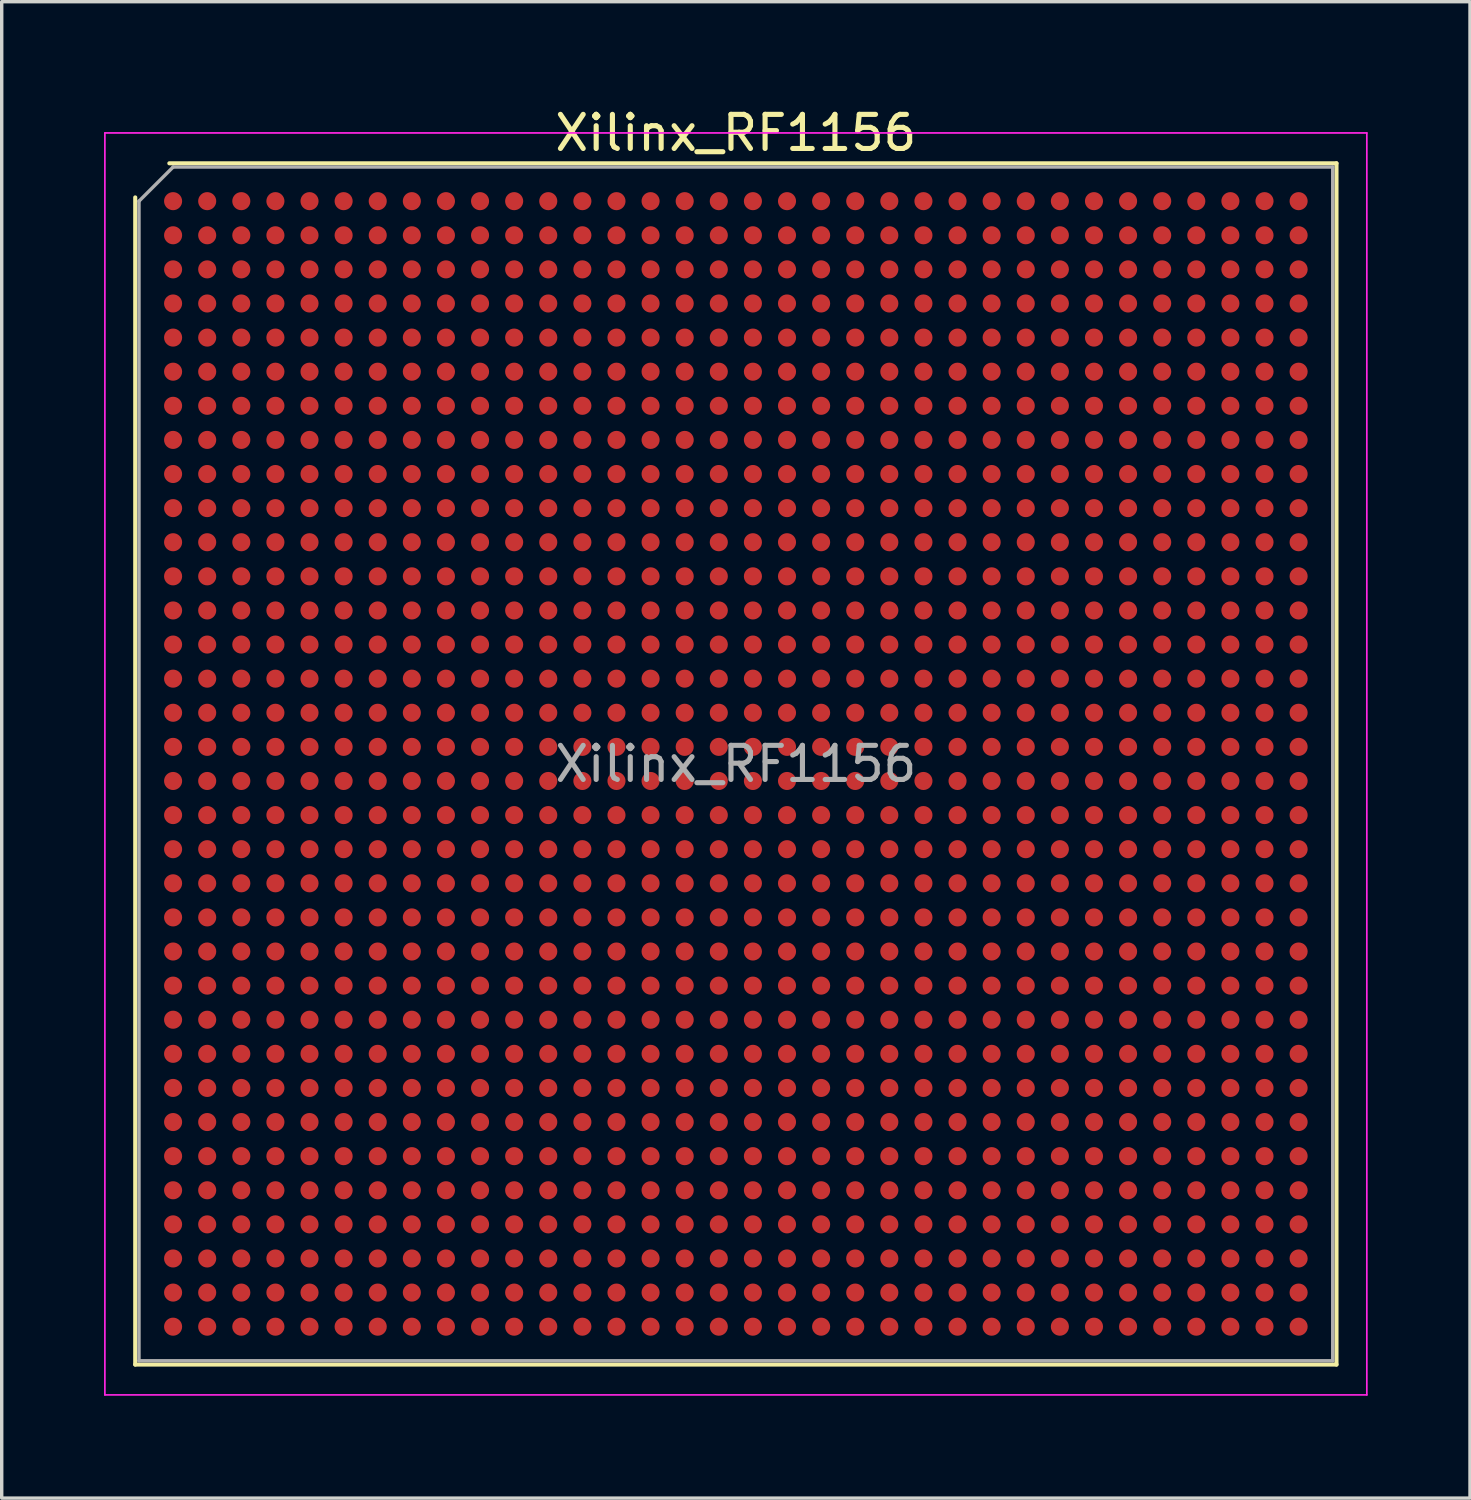
<source format=kicad_pcb>
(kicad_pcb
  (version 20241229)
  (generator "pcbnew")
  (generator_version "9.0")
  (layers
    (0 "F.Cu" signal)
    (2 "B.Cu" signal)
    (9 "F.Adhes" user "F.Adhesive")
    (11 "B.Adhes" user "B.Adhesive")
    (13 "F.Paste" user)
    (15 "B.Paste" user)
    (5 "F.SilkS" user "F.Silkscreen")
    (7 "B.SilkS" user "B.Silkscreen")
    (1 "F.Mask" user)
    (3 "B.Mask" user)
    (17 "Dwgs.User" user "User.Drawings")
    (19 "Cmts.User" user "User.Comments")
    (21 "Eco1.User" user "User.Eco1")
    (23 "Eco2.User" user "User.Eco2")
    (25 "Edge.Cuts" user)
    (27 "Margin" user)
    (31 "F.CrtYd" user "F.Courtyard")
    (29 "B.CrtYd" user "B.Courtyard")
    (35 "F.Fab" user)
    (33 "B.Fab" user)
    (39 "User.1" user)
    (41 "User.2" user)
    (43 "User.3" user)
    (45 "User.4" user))
  (footprint "Xilinx_RF1156"
    (layer "F.Cu")
    (at 18.525 19.348)
    (property "Reference" "Xilinx_RF1156" (at 0 -18.5 0) (layer "F.SilkS") (effects (font (size 1 1) (thickness 0.15))))
    (attr smd)
    (fp_line (start -17.61 17.61) (end -17.61 -16.61) (stroke (width 0.12) (type solid)) (layer "F.SilkS"))
    (fp_line (start -16.61 -17.61) (end 17.61 -17.61) (stroke (width 0.12) (type solid)) (layer "F.SilkS"))
    (fp_line (start 17.61 -17.61) (end 17.61 17.61) (stroke (width 0.12) (type solid)) (layer "F.SilkS"))
    (fp_line (start 17.61 17.61) (end -17.61 17.61) (stroke (width 0.12) (type solid)) (layer "F.SilkS"))
    (fp_line (start -18.5 -18.5) (end -18.5 18.5) (stroke (width 0.05) (type solid)) (layer "F.CrtYd"))
    (fp_line (start -18.5 18.5) (end 18.5 18.5) (stroke (width 0.05) (type solid)) (layer "F.CrtYd"))
    (fp_line (start 18.5 -18.5) (end -18.5 -18.5) (stroke (width 0.05) (type solid)) (layer "F.CrtYd"))
    (fp_line (start 18.5 18.5) (end 18.5 -18.5) (stroke (width 0.05) (type solid)) (layer "F.CrtYd"))
    (fp_line (start -17.5 -16.5) (end -16.5 -17.5) (stroke (width 0.1) (type solid)) (layer "F.Fab"))
    (fp_line (start -17.5 17.5) (end -17.5 -16.5) (stroke (width 0.1) (type solid)) (layer "F.Fab"))
    (fp_line (start -16.5 -17.5) (end 17.5 -17.5) (stroke (width 0.1) (type solid)) (layer "F.Fab"))
    (fp_line (start 17.5 -17.5) (end 17.5 17.5) (stroke (width 0.1) (type solid)) (layer "F.Fab"))
    (fp_line (start 17.5 17.5) (end -17.5 17.5) (stroke (width 0.1) (type solid)) (layer "F.Fab"))
    (fp_text user "${REFERENCE}" (at 0 0 0) (layer "F.Fab") (effects (font (size 1 1) (thickness 0.15))))
    (pad "A1" smd circle (at -16.5 -16.5) (size 0.53 0.53) (layers "F.Cu" "F.Mask" "F.Paste"))
    (pad "A2" smd circle (at -15.5 -16.5) (size 0.53 0.53) (layers "F.Cu" "F.Mask" "F.Paste"))
    (pad "A3" smd circle (at -14.5 -16.5) (size 0.53 0.53) (layers "F.Cu" "F.Mask" "F.Paste"))
    (pad "A4" smd circle (at -13.5 -16.5) (size 0.53 0.53) (layers "F.Cu" "F.Mask" "F.Paste"))
    (pad "A5" smd circle (at -12.5 -16.5) (size 0.53 0.53) (layers "F.Cu" "F.Mask" "F.Paste"))
    (pad "A6" smd circle (at -11.5 -16.5) (size 0.53 0.53) (layers "F.Cu" "F.Mask" "F.Paste"))
    (pad "A7" smd circle (at -10.5 -16.5) (size 0.53 0.53) (layers "F.Cu" "F.Mask" "F.Paste"))
    (pad "A8" smd circle (at -9.5 -16.5) (size 0.53 0.53) (layers "F.Cu" "F.Mask" "F.Paste"))
    (pad "A9" smd circle (at -8.5 -16.5) (size 0.53 0.53) (layers "F.Cu" "F.Mask" "F.Paste"))
    (pad "A10" smd circle (at -7.5 -16.5) (size 0.53 0.53) (layers "F.Cu" "F.Mask" "F.Paste"))
    (pad "A11" smd circle (at -6.5 -16.5) (size 0.53 0.53) (layers "F.Cu" "F.Mask" "F.Paste"))
    (pad "A12" smd circle (at -5.5 -16.5) (size 0.53 0.53) (layers "F.Cu" "F.Mask" "F.Paste"))
    (pad "A13" smd circle (at -4.5 -16.5) (size 0.53 0.53) (layers "F.Cu" "F.Mask" "F.Paste"))
    (pad "A14" smd circle (at -3.5 -16.5) (size 0.53 0.53) (layers "F.Cu" "F.Mask" "F.Paste"))
    (pad "A15" smd circle (at -2.5 -16.5) (size 0.53 0.53) (layers "F.Cu" "F.Mask" "F.Paste"))
    (pad "A16" smd circle (at -1.5 -16.5) (size 0.53 0.53) (layers "F.Cu" "F.Mask" "F.Paste"))
    (pad "A17" smd circle (at -0.5 -16.5) (size 0.53 0.53) (layers "F.Cu" "F.Mask" "F.Paste"))
    (pad "A18" smd circle (at 0.5 -16.5) (size 0.53 0.53) (layers "F.Cu" "F.Mask" "F.Paste"))
    (pad "A19" smd circle (at 1.5 -16.5) (size 0.53 0.53) (layers "F.Cu" "F.Mask" "F.Paste"))
    (pad "A20" smd circle (at 2.5 -16.5) (size 0.53 0.53) (layers "F.Cu" "F.Mask" "F.Paste"))
    (pad "A21" smd circle (at 3.5 -16.5) (size 0.53 0.53) (layers "F.Cu" "F.Mask" "F.Paste"))
    (pad "A22" smd circle (at 4.5 -16.5) (size 0.53 0.53) (layers "F.Cu" "F.Mask" "F.Paste"))
    (pad "A23" smd circle (at 5.5 -16.5) (size 0.53 0.53) (layers "F.Cu" "F.Mask" "F.Paste"))
    (pad "A24" smd circle (at 6.5 -16.5) (size 0.53 0.53) (layers "F.Cu" "F.Mask" "F.Paste"))
    (pad "A25" smd circle (at 7.5 -16.5) (size 0.53 0.53) (layers "F.Cu" "F.Mask" "F.Paste"))
    (pad "A26" smd circle (at 8.5 -16.5) (size 0.53 0.53) (layers "F.Cu" "F.Mask" "F.Paste"))
    (pad "A27" smd circle (at 9.5 -16.5) (size 0.53 0.53) (layers "F.Cu" "F.Mask" "F.Paste"))
    (pad "A28" smd circle (at 10.5 -16.5) (size 0.53 0.53) (layers "F.Cu" "F.Mask" "F.Paste"))
    (pad "A29" smd circle (at 11.5 -16.5) (size 0.53 0.53) (layers "F.Cu" "F.Mask" "F.Paste"))
    (pad "A30" smd circle (at 12.5 -16.5) (size 0.53 0.53) (layers "F.Cu" "F.Mask" "F.Paste"))
    (pad "A31" smd circle (at 13.5 -16.5) (size 0.53 0.53) (layers "F.Cu" "F.Mask" "F.Paste"))
    (pad "A32" smd circle (at 14.5 -16.5) (size 0.53 0.53) (layers "F.Cu" "F.Mask" "F.Paste"))
    (pad "A33" smd circle (at 15.5 -16.5) (size 0.53 0.53) (layers "F.Cu" "F.Mask" "F.Paste"))
    (pad "A34" smd circle (at 16.5 -16.5) (size 0.53 0.53) (layers "F.Cu" "F.Mask" "F.Paste"))
    (pad "AA1" smd circle (at -16.5 3.5) (size 0.53 0.53) (layers "F.Cu" "F.Mask" "F.Paste"))
    (pad "AA2" smd circle (at -15.5 3.5) (size 0.53 0.53) (layers "F.Cu" "F.Mask" "F.Paste"))
    (pad "AA3" smd circle (at -14.5 3.5) (size 0.53 0.53) (layers "F.Cu" "F.Mask" "F.Paste"))
    (pad "AA4" smd circle (at -13.5 3.5) (size 0.53 0.53) (layers "F.Cu" "F.Mask" "F.Paste"))
    (pad "AA5" smd circle (at -12.5 3.5) (size 0.53 0.53) (layers "F.Cu" "F.Mask" "F.Paste"))
    (pad "AA6" smd circle (at -11.5 3.5) (size 0.53 0.53) (layers "F.Cu" "F.Mask" "F.Paste"))
    (pad "AA7" smd circle (at -10.5 3.5) (size 0.53 0.53) (layers "F.Cu" "F.Mask" "F.Paste"))
    (pad "AA8" smd circle (at -9.5 3.5) (size 0.53 0.53) (layers "F.Cu" "F.Mask" "F.Paste"))
    (pad "AA9" smd circle (at -8.5 3.5) (size 0.53 0.53) (layers "F.Cu" "F.Mask" "F.Paste"))
    (pad "AA10" smd circle (at -7.5 3.5) (size 0.53 0.53) (layers "F.Cu" "F.Mask" "F.Paste"))
    (pad "AA11" smd circle (at -6.5 3.5) (size 0.53 0.53) (layers "F.Cu" "F.Mask" "F.Paste"))
    (pad "AA12" smd circle (at -5.5 3.5) (size 0.53 0.53) (layers "F.Cu" "F.Mask" "F.Paste"))
    (pad "AA13" smd circle (at -4.5 3.5) (size 0.53 0.53) (layers "F.Cu" "F.Mask" "F.Paste"))
    (pad "AA14" smd circle (at -3.5 3.5) (size 0.53 0.53) (layers "F.Cu" "F.Mask" "F.Paste"))
    (pad "AA15" smd circle (at -2.5 3.5) (size 0.53 0.53) (layers "F.Cu" "F.Mask" "F.Paste"))
    (pad "AA16" smd circle (at -1.5 3.5) (size 0.53 0.53) (layers "F.Cu" "F.Mask" "F.Paste"))
    (pad "AA17" smd circle (at -0.5 3.5) (size 0.53 0.53) (layers "F.Cu" "F.Mask" "F.Paste"))
    (pad "AA18" smd circle (at 0.5 3.5) (size 0.53 0.53) (layers "F.Cu" "F.Mask" "F.Paste"))
    (pad "AA19" smd circle (at 1.5 3.5) (size 0.53 0.53) (layers "F.Cu" "F.Mask" "F.Paste"))
    (pad "AA20" smd circle (at 2.5 3.5) (size 0.53 0.53) (layers "F.Cu" "F.Mask" "F.Paste"))
    (pad "AA21" smd circle (at 3.5 3.5) (size 0.53 0.53) (layers "F.Cu" "F.Mask" "F.Paste"))
    (pad "AA22" smd circle (at 4.5 3.5) (size 0.53 0.53) (layers "F.Cu" "F.Mask" "F.Paste"))
    (pad "AA23" smd circle (at 5.5 3.5) (size 0.53 0.53) (layers "F.Cu" "F.Mask" "F.Paste"))
    (pad "AA24" smd circle (at 6.5 3.5) (size 0.53 0.53) (layers "F.Cu" "F.Mask" "F.Paste"))
    (pad "AA25" smd circle (at 7.5 3.5) (size 0.53 0.53) (layers "F.Cu" "F.Mask" "F.Paste"))
    (pad "AA26" smd circle (at 8.5 3.5) (size 0.53 0.53) (layers "F.Cu" "F.Mask" "F.Paste"))
    (pad "AA27" smd circle (at 9.5 3.5) (size 0.53 0.53) (layers "F.Cu" "F.Mask" "F.Paste"))
    (pad "AA28" smd circle (at 10.5 3.5) (size 0.53 0.53) (layers "F.Cu" "F.Mask" "F.Paste"))
    (pad "AA29" smd circle (at 11.5 3.5) (size 0.53 0.53) (layers "F.Cu" "F.Mask" "F.Paste"))
    (pad "AA30" smd circle (at 12.5 3.5) (size 0.53 0.53) (layers "F.Cu" "F.Mask" "F.Paste"))
    (pad "AA31" smd circle (at 13.5 3.5) (size 0.53 0.53) (layers "F.Cu" "F.Mask" "F.Paste"))
    (pad "AA32" smd circle (at 14.5 3.5) (size 0.53 0.53) (layers "F.Cu" "F.Mask" "F.Paste"))
    (pad "AA33" smd circle (at 15.5 3.5) (size 0.53 0.53) (layers "F.Cu" "F.Mask" "F.Paste"))
    (pad "AA34" smd circle (at 16.5 3.5) (size 0.53 0.53) (layers "F.Cu" "F.Mask" "F.Paste"))
    (pad "AB1" smd circle (at -16.5 4.5) (size 0.53 0.53) (layers "F.Cu" "F.Mask" "F.Paste"))
    (pad "AB2" smd circle (at -15.5 4.5) (size 0.53 0.53) (layers "F.Cu" "F.Mask" "F.Paste"))
    (pad "AB3" smd circle (at -14.5 4.5) (size 0.53 0.53) (layers "F.Cu" "F.Mask" "F.Paste"))
    (pad "AB4" smd circle (at -13.5 4.5) (size 0.53 0.53) (layers "F.Cu" "F.Mask" "F.Paste"))
    (pad "AB5" smd circle (at -12.5 4.5) (size 0.53 0.53) (layers "F.Cu" "F.Mask" "F.Paste"))
    (pad "AB6" smd circle (at -11.5 4.5) (size 0.53 0.53) (layers "F.Cu" "F.Mask" "F.Paste"))
    (pad "AB7" smd circle (at -10.5 4.5) (size 0.53 0.53) (layers "F.Cu" "F.Mask" "F.Paste"))
    (pad "AB8" smd circle (at -9.5 4.5) (size 0.53 0.53) (layers "F.Cu" "F.Mask" "F.Paste"))
    (pad "AB9" smd circle (at -8.5 4.5) (size 0.53 0.53) (layers "F.Cu" "F.Mask" "F.Paste"))
    (pad "AB10" smd circle (at -7.5 4.5) (size 0.53 0.53) (layers "F.Cu" "F.Mask" "F.Paste"))
    (pad "AB11" smd circle (at -6.5 4.5) (size 0.53 0.53) (layers "F.Cu" "F.Mask" "F.Paste"))
    (pad "AB12" smd circle (at -5.5 4.5) (size 0.53 0.53) (layers "F.Cu" "F.Mask" "F.Paste"))
    (pad "AB13" smd circle (at -4.5 4.5) (size 0.53 0.53) (layers "F.Cu" "F.Mask" "F.Paste"))
    (pad "AB14" smd circle (at -3.5 4.5) (size 0.53 0.53) (layers "F.Cu" "F.Mask" "F.Paste"))
    (pad "AB15" smd circle (at -2.5 4.5) (size 0.53 0.53) (layers "F.Cu" "F.Mask" "F.Paste"))
    (pad "AB16" smd circle (at -1.5 4.5) (size 0.53 0.53) (layers "F.Cu" "F.Mask" "F.Paste"))
    (pad "AB17" smd circle (at -0.5 4.5) (size 0.53 0.53) (layers "F.Cu" "F.Mask" "F.Paste"))
    (pad "AB18" smd circle (at 0.5 4.5) (size 0.53 0.53) (layers "F.Cu" "F.Mask" "F.Paste"))
    (pad "AB19" smd circle (at 1.5 4.5) (size 0.53 0.53) (layers "F.Cu" "F.Mask" "F.Paste"))
    (pad "AB20" smd circle (at 2.5 4.5) (size 0.53 0.53) (layers "F.Cu" "F.Mask" "F.Paste"))
    (pad "AB21" smd circle (at 3.5 4.5) (size 0.53 0.53) (layers "F.Cu" "F.Mask" "F.Paste"))
    (pad "AB22" smd circle (at 4.5 4.5) (size 0.53 0.53) (layers "F.Cu" "F.Mask" "F.Paste"))
    (pad "AB23" smd circle (at 5.5 4.5) (size 0.53 0.53) (layers "F.Cu" "F.Mask" "F.Paste"))
    (pad "AB24" smd circle (at 6.5 4.5) (size 0.53 0.53) (layers "F.Cu" "F.Mask" "F.Paste"))
    (pad "AB25" smd circle (at 7.5 4.5) (size 0.53 0.53) (layers "F.Cu" "F.Mask" "F.Paste"))
    (pad "AB26" smd circle (at 8.5 4.5) (size 0.53 0.53) (layers "F.Cu" "F.Mask" "F.Paste"))
    (pad "AB27" smd circle (at 9.5 4.5) (size 0.53 0.53) (layers "F.Cu" "F.Mask" "F.Paste"))
    (pad "AB28" smd circle (at 10.5 4.5) (size 0.53 0.53) (layers "F.Cu" "F.Mask" "F.Paste"))
    (pad "AB29" smd circle (at 11.5 4.5) (size 0.53 0.53) (layers "F.Cu" "F.Mask" "F.Paste"))
    (pad "AB30" smd circle (at 12.5 4.5) (size 0.53 0.53) (layers "F.Cu" "F.Mask" "F.Paste"))
    (pad "AB31" smd circle (at 13.5 4.5) (size 0.53 0.53) (layers "F.Cu" "F.Mask" "F.Paste"))
    (pad "AB32" smd circle (at 14.5 4.5) (size 0.53 0.53) (layers "F.Cu" "F.Mask" "F.Paste"))
    (pad "AB33" smd circle (at 15.5 4.5) (size 0.53 0.53) (layers "F.Cu" "F.Mask" "F.Paste"))
    (pad "AB34" smd circle (at 16.5 4.5) (size 0.53 0.53) (layers "F.Cu" "F.Mask" "F.Paste"))
    (pad "AC1" smd circle (at -16.5 5.5) (size 0.53 0.53) (layers "F.Cu" "F.Mask" "F.Paste"))
    (pad "AC2" smd circle (at -15.5 5.5) (size 0.53 0.53) (layers "F.Cu" "F.Mask" "F.Paste"))
    (pad "AC3" smd circle (at -14.5 5.5) (size 0.53 0.53) (layers "F.Cu" "F.Mask" "F.Paste"))
    (pad "AC4" smd circle (at -13.5 5.5) (size 0.53 0.53) (layers "F.Cu" "F.Mask" "F.Paste"))
    (pad "AC5" smd circle (at -12.5 5.5) (size 0.53 0.53) (layers "F.Cu" "F.Mask" "F.Paste"))
    (pad "AC6" smd circle (at -11.5 5.5) (size 0.53 0.53) (layers "F.Cu" "F.Mask" "F.Paste"))
    (pad "AC7" smd circle (at -10.5 5.5) (size 0.53 0.53) (layers "F.Cu" "F.Mask" "F.Paste"))
    (pad "AC8" smd circle (at -9.5 5.5) (size 0.53 0.53) (layers "F.Cu" "F.Mask" "F.Paste"))
    (pad "AC9" smd circle (at -8.5 5.5) (size 0.53 0.53) (layers "F.Cu" "F.Mask" "F.Paste"))
    (pad "AC10" smd circle (at -7.5 5.5) (size 0.53 0.53) (layers "F.Cu" "F.Mask" "F.Paste"))
    (pad "AC11" smd circle (at -6.5 5.5) (size 0.53 0.53) (layers "F.Cu" "F.Mask" "F.Paste"))
    (pad "AC12" smd circle (at -5.5 5.5) (size 0.53 0.53) (layers "F.Cu" "F.Mask" "F.Paste"))
    (pad "AC13" smd circle (at -4.5 5.5) (size 0.53 0.53) (layers "F.Cu" "F.Mask" "F.Paste"))
    (pad "AC14" smd circle (at -3.5 5.5) (size 0.53 0.53) (layers "F.Cu" "F.Mask" "F.Paste"))
    (pad "AC15" smd circle (at -2.5 5.5) (size 0.53 0.53) (layers "F.Cu" "F.Mask" "F.Paste"))
    (pad "AC16" smd circle (at -1.5 5.5) (size 0.53 0.53) (layers "F.Cu" "F.Mask" "F.Paste"))
    (pad "AC17" smd circle (at -0.5 5.5) (size 0.53 0.53) (layers "F.Cu" "F.Mask" "F.Paste"))
    (pad "AC18" smd circle (at 0.5 5.5) (size 0.53 0.53) (layers "F.Cu" "F.Mask" "F.Paste"))
    (pad "AC19" smd circle (at 1.5 5.5) (size 0.53 0.53) (layers "F.Cu" "F.Mask" "F.Paste"))
    (pad "AC20" smd circle (at 2.5 5.5) (size 0.53 0.53) (layers "F.Cu" "F.Mask" "F.Paste"))
    (pad "AC21" smd circle (at 3.5 5.5) (size 0.53 0.53) (layers "F.Cu" "F.Mask" "F.Paste"))
    (pad "AC22" smd circle (at 4.5 5.5) (size 0.53 0.53) (layers "F.Cu" "F.Mask" "F.Paste"))
    (pad "AC23" smd circle (at 5.5 5.5) (size 0.53 0.53) (layers "F.Cu" "F.Mask" "F.Paste"))
    (pad "AC24" smd circle (at 6.5 5.5) (size 0.53 0.53) (layers "F.Cu" "F.Mask" "F.Paste"))
    (pad "AC25" smd circle (at 7.5 5.5) (size 0.53 0.53) (layers "F.Cu" "F.Mask" "F.Paste"))
    (pad "AC26" smd circle (at 8.5 5.5) (size 0.53 0.53) (layers "F.Cu" "F.Mask" "F.Paste"))
    (pad "AC27" smd circle (at 9.5 5.5) (size 0.53 0.53) (layers "F.Cu" "F.Mask" "F.Paste"))
    (pad "AC28" smd circle (at 10.5 5.5) (size 0.53 0.53) (layers "F.Cu" "F.Mask" "F.Paste"))
    (pad "AC29" smd circle (at 11.5 5.5) (size 0.53 0.53) (layers "F.Cu" "F.Mask" "F.Paste"))
    (pad "AC30" smd circle (at 12.5 5.5) (size 0.53 0.53) (layers "F.Cu" "F.Mask" "F.Paste"))
    (pad "AC31" smd circle (at 13.5 5.5) (size 0.53 0.53) (layers "F.Cu" "F.Mask" "F.Paste"))
    (pad "AC32" smd circle (at 14.5 5.5) (size 0.53 0.53) (layers "F.Cu" "F.Mask" "F.Paste"))
    (pad "AC33" smd circle (at 15.5 5.5) (size 0.53 0.53) (layers "F.Cu" "F.Mask" "F.Paste"))
    (pad "AC34" smd circle (at 16.5 5.5) (size 0.53 0.53) (layers "F.Cu" "F.Mask" "F.Paste"))
    (pad "AD1" smd circle (at -16.5 6.5) (size 0.53 0.53) (layers "F.Cu" "F.Mask" "F.Paste"))
    (pad "AD2" smd circle (at -15.5 6.5) (size 0.53 0.53) (layers "F.Cu" "F.Mask" "F.Paste"))
    (pad "AD3" smd circle (at -14.5 6.5) (size 0.53 0.53) (layers "F.Cu" "F.Mask" "F.Paste"))
    (pad "AD4" smd circle (at -13.5 6.5) (size 0.53 0.53) (layers "F.Cu" "F.Mask" "F.Paste"))
    (pad "AD5" smd circle (at -12.5 6.5) (size 0.53 0.53) (layers "F.Cu" "F.Mask" "F.Paste"))
    (pad "AD6" smd circle (at -11.5 6.5) (size 0.53 0.53) (layers "F.Cu" "F.Mask" "F.Paste"))
    (pad "AD7" smd circle (at -10.5 6.5) (size 0.53 0.53) (layers "F.Cu" "F.Mask" "F.Paste"))
    (pad "AD8" smd circle (at -9.5 6.5) (size 0.53 0.53) (layers "F.Cu" "F.Mask" "F.Paste"))
    (pad "AD9" smd circle (at -8.5 6.5) (size 0.53 0.53) (layers "F.Cu" "F.Mask" "F.Paste"))
    (pad "AD10" smd circle (at -7.5 6.5) (size 0.53 0.53) (layers "F.Cu" "F.Mask" "F.Paste"))
    (pad "AD11" smd circle (at -6.5 6.5) (size 0.53 0.53) (layers "F.Cu" "F.Mask" "F.Paste"))
    (pad "AD12" smd circle (at -5.5 6.5) (size 0.53 0.53) (layers "F.Cu" "F.Mask" "F.Paste"))
    (pad "AD13" smd circle (at -4.5 6.5) (size 0.53 0.53) (layers "F.Cu" "F.Mask" "F.Paste"))
    (pad "AD14" smd circle (at -3.5 6.5) (size 0.53 0.53) (layers "F.Cu" "F.Mask" "F.Paste"))
    (pad "AD15" smd circle (at -2.5 6.5) (size 0.53 0.53) (layers "F.Cu" "F.Mask" "F.Paste"))
    (pad "AD16" smd circle (at -1.5 6.5) (size 0.53 0.53) (layers "F.Cu" "F.Mask" "F.Paste"))
    (pad "AD17" smd circle (at -0.5 6.5) (size 0.53 0.53) (layers "F.Cu" "F.Mask" "F.Paste"))
    (pad "AD18" smd circle (at 0.5 6.5) (size 0.53 0.53) (layers "F.Cu" "F.Mask" "F.Paste"))
    (pad "AD19" smd circle (at 1.5 6.5) (size 0.53 0.53) (layers "F.Cu" "F.Mask" "F.Paste"))
    (pad "AD20" smd circle (at 2.5 6.5) (size 0.53 0.53) (layers "F.Cu" "F.Mask" "F.Paste"))
    (pad "AD21" smd circle (at 3.5 6.5) (size 0.53 0.53) (layers "F.Cu" "F.Mask" "F.Paste"))
    (pad "AD22" smd circle (at 4.5 6.5) (size 0.53 0.53) (layers "F.Cu" "F.Mask" "F.Paste"))
    (pad "AD23" smd circle (at 5.5 6.5) (size 0.53 0.53) (layers "F.Cu" "F.Mask" "F.Paste"))
    (pad "AD24" smd circle (at 6.5 6.5) (size 0.53 0.53) (layers "F.Cu" "F.Mask" "F.Paste"))
    (pad "AD25" smd circle (at 7.5 6.5) (size 0.53 0.53) (layers "F.Cu" "F.Mask" "F.Paste"))
    (pad "AD26" smd circle (at 8.5 6.5) (size 0.53 0.53) (layers "F.Cu" "F.Mask" "F.Paste"))
    (pad "AD27" smd circle (at 9.5 6.5) (size 0.53 0.53) (layers "F.Cu" "F.Mask" "F.Paste"))
    (pad "AD28" smd circle (at 10.5 6.5) (size 0.53 0.53) (layers "F.Cu" "F.Mask" "F.Paste"))
    (pad "AD29" smd circle (at 11.5 6.5) (size 0.53 0.53) (layers "F.Cu" "F.Mask" "F.Paste"))
    (pad "AD30" smd circle (at 12.5 6.5) (size 0.53 0.53) (layers "F.Cu" "F.Mask" "F.Paste"))
    (pad "AD31" smd circle (at 13.5 6.5) (size 0.53 0.53) (layers "F.Cu" "F.Mask" "F.Paste"))
    (pad "AD32" smd circle (at 14.5 6.5) (size 0.53 0.53) (layers "F.Cu" "F.Mask" "F.Paste"))
    (pad "AD33" smd circle (at 15.5 6.5) (size 0.53 0.53) (layers "F.Cu" "F.Mask" "F.Paste"))
    (pad "AD34" smd circle (at 16.5 6.5) (size 0.53 0.53) (layers "F.Cu" "F.Mask" "F.Paste"))
    (pad "AE1" smd circle (at -16.5 7.5) (size 0.53 0.53) (layers "F.Cu" "F.Mask" "F.Paste"))
    (pad "AE2" smd circle (at -15.5 7.5) (size 0.53 0.53) (layers "F.Cu" "F.Mask" "F.Paste"))
    (pad "AE3" smd circle (at -14.5 7.5) (size 0.53 0.53) (layers "F.Cu" "F.Mask" "F.Paste"))
    (pad "AE4" smd circle (at -13.5 7.5) (size 0.53 0.53) (layers "F.Cu" "F.Mask" "F.Paste"))
    (pad "AE5" smd circle (at -12.5 7.5) (size 0.53 0.53) (layers "F.Cu" "F.Mask" "F.Paste"))
    (pad "AE6" smd circle (at -11.5 7.5) (size 0.53 0.53) (layers "F.Cu" "F.Mask" "F.Paste"))
    (pad "AE7" smd circle (at -10.5 7.5) (size 0.53 0.53) (layers "F.Cu" "F.Mask" "F.Paste"))
    (pad "AE8" smd circle (at -9.5 7.5) (size 0.53 0.53) (layers "F.Cu" "F.Mask" "F.Paste"))
    (pad "AE9" smd circle (at -8.5 7.5) (size 0.53 0.53) (layers "F.Cu" "F.Mask" "F.Paste"))
    (pad "AE10" smd circle (at -7.5 7.5) (size 0.53 0.53) (layers "F.Cu" "F.Mask" "F.Paste"))
    (pad "AE11" smd circle (at -6.5 7.5) (size 0.53 0.53) (layers "F.Cu" "F.Mask" "F.Paste"))
    (pad "AE12" smd circle (at -5.5 7.5) (size 0.53 0.53) (layers "F.Cu" "F.Mask" "F.Paste"))
    (pad "AE13" smd circle (at -4.5 7.5) (size 0.53 0.53) (layers "F.Cu" "F.Mask" "F.Paste"))
    (pad "AE14" smd circle (at -3.5 7.5) (size 0.53 0.53) (layers "F.Cu" "F.Mask" "F.Paste"))
    (pad "AE15" smd circle (at -2.5 7.5) (size 0.53 0.53) (layers "F.Cu" "F.Mask" "F.Paste"))
    (pad "AE16" smd circle (at -1.5 7.5) (size 0.53 0.53) (layers "F.Cu" "F.Mask" "F.Paste"))
    (pad "AE17" smd circle (at -0.5 7.5) (size 0.53 0.53) (layers "F.Cu" "F.Mask" "F.Paste"))
    (pad "AE18" smd circle (at 0.5 7.5) (size 0.53 0.53) (layers "F.Cu" "F.Mask" "F.Paste"))
    (pad "AE19" smd circle (at 1.5 7.5) (size 0.53 0.53) (layers "F.Cu" "F.Mask" "F.Paste"))
    (pad "AE20" smd circle (at 2.5 7.5) (size 0.53 0.53) (layers "F.Cu" "F.Mask" "F.Paste"))
    (pad "AE21" smd circle (at 3.5 7.5) (size 0.53 0.53) (layers "F.Cu" "F.Mask" "F.Paste"))
    (pad "AE22" smd circle (at 4.5 7.5) (size 0.53 0.53) (layers "F.Cu" "F.Mask" "F.Paste"))
    (pad "AE23" smd circle (at 5.5 7.5) (size 0.53 0.53) (layers "F.Cu" "F.Mask" "F.Paste"))
    (pad "AE24" smd circle (at 6.5 7.5) (size 0.53 0.53) (layers "F.Cu" "F.Mask" "F.Paste"))
    (pad "AE25" smd circle (at 7.5 7.5) (size 0.53 0.53) (layers "F.Cu" "F.Mask" "F.Paste"))
    (pad "AE26" smd circle (at 8.5 7.5) (size 0.53 0.53) (layers "F.Cu" "F.Mask" "F.Paste"))
    (pad "AE27" smd circle (at 9.5 7.5) (size 0.53 0.53) (layers "F.Cu" "F.Mask" "F.Paste"))
    (pad "AE28" smd circle (at 10.5 7.5) (size 0.53 0.53) (layers "F.Cu" "F.Mask" "F.Paste"))
    (pad "AE29" smd circle (at 11.5 7.5) (size 0.53 0.53) (layers "F.Cu" "F.Mask" "F.Paste"))
    (pad "AE30" smd circle (at 12.5 7.5) (size 0.53 0.53) (layers "F.Cu" "F.Mask" "F.Paste"))
    (pad "AE31" smd circle (at 13.5 7.5) (size 0.53 0.53) (layers "F.Cu" "F.Mask" "F.Paste"))
    (pad "AE32" smd circle (at 14.5 7.5) (size 0.53 0.53) (layers "F.Cu" "F.Mask" "F.Paste"))
    (pad "AE33" smd circle (at 15.5 7.5) (size 0.53 0.53) (layers "F.Cu" "F.Mask" "F.Paste"))
    (pad "AE34" smd circle (at 16.5 7.5) (size 0.53 0.53) (layers "F.Cu" "F.Mask" "F.Paste"))
    (pad "AF1" smd circle (at -16.5 8.5) (size 0.53 0.53) (layers "F.Cu" "F.Mask" "F.Paste"))
    (pad "AF2" smd circle (at -15.5 8.5) (size 0.53 0.53) (layers "F.Cu" "F.Mask" "F.Paste"))
    (pad "AF3" smd circle (at -14.5 8.5) (size 0.53 0.53) (layers "F.Cu" "F.Mask" "F.Paste"))
    (pad "AF4" smd circle (at -13.5 8.5) (size 0.53 0.53) (layers "F.Cu" "F.Mask" "F.Paste"))
    (pad "AF5" smd circle (at -12.5 8.5) (size 0.53 0.53) (layers "F.Cu" "F.Mask" "F.Paste"))
    (pad "AF6" smd circle (at -11.5 8.5) (size 0.53 0.53) (layers "F.Cu" "F.Mask" "F.Paste"))
    (pad "AF7" smd circle (at -10.5 8.5) (size 0.53 0.53) (layers "F.Cu" "F.Mask" "F.Paste"))
    (pad "AF8" smd circle (at -9.5 8.5) (size 0.53 0.53) (layers "F.Cu" "F.Mask" "F.Paste"))
    (pad "AF9" smd circle (at -8.5 8.5) (size 0.53 0.53) (layers "F.Cu" "F.Mask" "F.Paste"))
    (pad "AF10" smd circle (at -7.5 8.5) (size 0.53 0.53) (layers "F.Cu" "F.Mask" "F.Paste"))
    (pad "AF11" smd circle (at -6.5 8.5) (size 0.53 0.53) (layers "F.Cu" "F.Mask" "F.Paste"))
    (pad "AF12" smd circle (at -5.5 8.5) (size 0.53 0.53) (layers "F.Cu" "F.Mask" "F.Paste"))
    (pad "AF13" smd circle (at -4.5 8.5) (size 0.53 0.53) (layers "F.Cu" "F.Mask" "F.Paste"))
    (pad "AF14" smd circle (at -3.5 8.5) (size 0.53 0.53) (layers "F.Cu" "F.Mask" "F.Paste"))
    (pad "AF15" smd circle (at -2.5 8.5) (size 0.53 0.53) (layers "F.Cu" "F.Mask" "F.Paste"))
    (pad "AF16" smd circle (at -1.5 8.5) (size 0.53 0.53) (layers "F.Cu" "F.Mask" "F.Paste"))
    (pad "AF17" smd circle (at -0.5 8.5) (size 0.53 0.53) (layers "F.Cu" "F.Mask" "F.Paste"))
    (pad "AF18" smd circle (at 0.5 8.5) (size 0.53 0.53) (layers "F.Cu" "F.Mask" "F.Paste"))
    (pad "AF19" smd circle (at 1.5 8.5) (size 0.53 0.53) (layers "F.Cu" "F.Mask" "F.Paste"))
    (pad "AF20" smd circle (at 2.5 8.5) (size 0.53 0.53) (layers "F.Cu" "F.Mask" "F.Paste"))
    (pad "AF21" smd circle (at 3.5 8.5) (size 0.53 0.53) (layers "F.Cu" "F.Mask" "F.Paste"))
    (pad "AF22" smd circle (at 4.5 8.5) (size 0.53 0.53) (layers "F.Cu" "F.Mask" "F.Paste"))
    (pad "AF23" smd circle (at 5.5 8.5) (size 0.53 0.53) (layers "F.Cu" "F.Mask" "F.Paste"))
    (pad "AF24" smd circle (at 6.5 8.5) (size 0.53 0.53) (layers "F.Cu" "F.Mask" "F.Paste"))
    (pad "AF25" smd circle (at 7.5 8.5) (size 0.53 0.53) (layers "F.Cu" "F.Mask" "F.Paste"))
    (pad "AF26" smd circle (at 8.5 8.5) (size 0.53 0.53) (layers "F.Cu" "F.Mask" "F.Paste"))
    (pad "AF27" smd circle (at 9.5 8.5) (size 0.53 0.53) (layers "F.Cu" "F.Mask" "F.Paste"))
    (pad "AF28" smd circle (at 10.5 8.5) (size 0.53 0.53) (layers "F.Cu" "F.Mask" "F.Paste"))
    (pad "AF29" smd circle (at 11.5 8.5) (size 0.53 0.53) (layers "F.Cu" "F.Mask" "F.Paste"))
    (pad "AF30" smd circle (at 12.5 8.5) (size 0.53 0.53) (layers "F.Cu" "F.Mask" "F.Paste"))
    (pad "AF31" smd circle (at 13.5 8.5) (size 0.53 0.53) (layers "F.Cu" "F.Mask" "F.Paste"))
    (pad "AF32" smd circle (at 14.5 8.5) (size 0.53 0.53) (layers "F.Cu" "F.Mask" "F.Paste"))
    (pad "AF33" smd circle (at 15.5 8.5) (size 0.53 0.53) (layers "F.Cu" "F.Mask" "F.Paste"))
    (pad "AF34" smd circle (at 16.5 8.5) (size 0.53 0.53) (layers "F.Cu" "F.Mask" "F.Paste"))
    (pad "AG1" smd circle (at -16.5 9.5) (size 0.53 0.53) (layers "F.Cu" "F.Mask" "F.Paste"))
    (pad "AG2" smd circle (at -15.5 9.5) (size 0.53 0.53) (layers "F.Cu" "F.Mask" "F.Paste"))
    (pad "AG3" smd circle (at -14.5 9.5) (size 0.53 0.53) (layers "F.Cu" "F.Mask" "F.Paste"))
    (pad "AG4" smd circle (at -13.5 9.5) (size 0.53 0.53) (layers "F.Cu" "F.Mask" "F.Paste"))
    (pad "AG5" smd circle (at -12.5 9.5) (size 0.53 0.53) (layers "F.Cu" "F.Mask" "F.Paste"))
    (pad "AG6" smd circle (at -11.5 9.5) (size 0.53 0.53) (layers "F.Cu" "F.Mask" "F.Paste"))
    (pad "AG7" smd circle (at -10.5 9.5) (size 0.53 0.53) (layers "F.Cu" "F.Mask" "F.Paste"))
    (pad "AG8" smd circle (at -9.5 9.5) (size 0.53 0.53) (layers "F.Cu" "F.Mask" "F.Paste"))
    (pad "AG9" smd circle (at -8.5 9.5) (size 0.53 0.53) (layers "F.Cu" "F.Mask" "F.Paste"))
    (pad "AG10" smd circle (at -7.5 9.5) (size 0.53 0.53) (layers "F.Cu" "F.Mask" "F.Paste"))
    (pad "AG11" smd circle (at -6.5 9.5) (size 0.53 0.53) (layers "F.Cu" "F.Mask" "F.Paste"))
    (pad "AG12" smd circle (at -5.5 9.5) (size 0.53 0.53) (layers "F.Cu" "F.Mask" "F.Paste"))
    (pad "AG13" smd circle (at -4.5 9.5) (size 0.53 0.53) (layers "F.Cu" "F.Mask" "F.Paste"))
    (pad "AG14" smd circle (at -3.5 9.5) (size 0.53 0.53) (layers "F.Cu" "F.Mask" "F.Paste"))
    (pad "AG15" smd circle (at -2.5 9.5) (size 0.53 0.53) (layers "F.Cu" "F.Mask" "F.Paste"))
    (pad "AG16" smd circle (at -1.5 9.5) (size 0.53 0.53) (layers "F.Cu" "F.Mask" "F.Paste"))
    (pad "AG17" smd circle (at -0.5 9.5) (size 0.53 0.53) (layers "F.Cu" "F.Mask" "F.Paste"))
    (pad "AG18" smd circle (at 0.5 9.5) (size 0.53 0.53) (layers "F.Cu" "F.Mask" "F.Paste"))
    (pad "AG19" smd circle (at 1.5 9.5) (size 0.53 0.53) (layers "F.Cu" "F.Mask" "F.Paste"))
    (pad "AG20" smd circle (at 2.5 9.5) (size 0.53 0.53) (layers "F.Cu" "F.Mask" "F.Paste"))
    (pad "AG21" smd circle (at 3.5 9.5) (size 0.53 0.53) (layers "F.Cu" "F.Mask" "F.Paste"))
    (pad "AG22" smd circle (at 4.5 9.5) (size 0.53 0.53) (layers "F.Cu" "F.Mask" "F.Paste"))
    (pad "AG23" smd circle (at 5.5 9.5) (size 0.53 0.53) (layers "F.Cu" "F.Mask" "F.Paste"))
    (pad "AG24" smd circle (at 6.5 9.5) (size 0.53 0.53) (layers "F.Cu" "F.Mask" "F.Paste"))
    (pad "AG25" smd circle (at 7.5 9.5) (size 0.53 0.53) (layers "F.Cu" "F.Mask" "F.Paste"))
    (pad "AG26" smd circle (at 8.5 9.5) (size 0.53 0.53) (layers "F.Cu" "F.Mask" "F.Paste"))
    (pad "AG27" smd circle (at 9.5 9.5) (size 0.53 0.53) (layers "F.Cu" "F.Mask" "F.Paste"))
    (pad "AG28" smd circle (at 10.5 9.5) (size 0.53 0.53) (layers "F.Cu" "F.Mask" "F.Paste"))
    (pad "AG29" smd circle (at 11.5 9.5) (size 0.53 0.53) (layers "F.Cu" "F.Mask" "F.Paste"))
    (pad "AG30" smd circle (at 12.5 9.5) (size 0.53 0.53) (layers "F.Cu" "F.Mask" "F.Paste"))
    (pad "AG31" smd circle (at 13.5 9.5) (size 0.53 0.53) (layers "F.Cu" "F.Mask" "F.Paste"))
    (pad "AG32" smd circle (at 14.5 9.5) (size 0.53 0.53) (layers "F.Cu" "F.Mask" "F.Paste"))
    (pad "AG33" smd circle (at 15.5 9.5) (size 0.53 0.53) (layers "F.Cu" "F.Mask" "F.Paste"))
    (pad "AG34" smd circle (at 16.5 9.5) (size 0.53 0.53) (layers "F.Cu" "F.Mask" "F.Paste"))
    (pad "AH1" smd circle (at -16.5 10.5) (size 0.53 0.53) (layers "F.Cu" "F.Mask" "F.Paste"))
    (pad "AH2" smd circle (at -15.5 10.5) (size 0.53 0.53) (layers "F.Cu" "F.Mask" "F.Paste"))
    (pad "AH3" smd circle (at -14.5 10.5) (size 0.53 0.53) (layers "F.Cu" "F.Mask" "F.Paste"))
    (pad "AH4" smd circle (at -13.5 10.5) (size 0.53 0.53) (layers "F.Cu" "F.Mask" "F.Paste"))
    (pad "AH5" smd circle (at -12.5 10.5) (size 0.53 0.53) (layers "F.Cu" "F.Mask" "F.Paste"))
    (pad "AH6" smd circle (at -11.5 10.5) (size 0.53 0.53) (layers "F.Cu" "F.Mask" "F.Paste"))
    (pad "AH7" smd circle (at -10.5 10.5) (size 0.53 0.53) (layers "F.Cu" "F.Mask" "F.Paste"))
    (pad "AH8" smd circle (at -9.5 10.5) (size 0.53 0.53) (layers "F.Cu" "F.Mask" "F.Paste"))
    (pad "AH9" smd circle (at -8.5 10.5) (size 0.53 0.53) (layers "F.Cu" "F.Mask" "F.Paste"))
    (pad "AH10" smd circle (at -7.5 10.5) (size 0.53 0.53) (layers "F.Cu" "F.Mask" "F.Paste"))
    (pad "AH11" smd circle (at -6.5 10.5) (size 0.53 0.53) (layers "F.Cu" "F.Mask" "F.Paste"))
    (pad "AH12" smd circle (at -5.5 10.5) (size 0.53 0.53) (layers "F.Cu" "F.Mask" "F.Paste"))
    (pad "AH13" smd circle (at -4.5 10.5) (size 0.53 0.53) (layers "F.Cu" "F.Mask" "F.Paste"))
    (pad "AH14" smd circle (at -3.5 10.5) (size 0.53 0.53) (layers "F.Cu" "F.Mask" "F.Paste"))
    (pad "AH15" smd circle (at -2.5 10.5) (size 0.53 0.53) (layers "F.Cu" "F.Mask" "F.Paste"))
    (pad "AH16" smd circle (at -1.5 10.5) (size 0.53 0.53) (layers "F.Cu" "F.Mask" "F.Paste"))
    (pad "AH17" smd circle (at -0.5 10.5) (size 0.53 0.53) (layers "F.Cu" "F.Mask" "F.Paste"))
    (pad "AH18" smd circle (at 0.5 10.5) (size 0.53 0.53) (layers "F.Cu" "F.Mask" "F.Paste"))
    (pad "AH19" smd circle (at 1.5 10.5) (size 0.53 0.53) (layers "F.Cu" "F.Mask" "F.Paste"))
    (pad "AH20" smd circle (at 2.5 10.5) (size 0.53 0.53) (layers "F.Cu" "F.Mask" "F.Paste"))
    (pad "AH21" smd circle (at 3.5 10.5) (size 0.53 0.53) (layers "F.Cu" "F.Mask" "F.Paste"))
    (pad "AH22" smd circle (at 4.5 10.5) (size 0.53 0.53) (layers "F.Cu" "F.Mask" "F.Paste"))
    (pad "AH23" smd circle (at 5.5 10.5) (size 0.53 0.53) (layers "F.Cu" "F.Mask" "F.Paste"))
    (pad "AH24" smd circle (at 6.5 10.5) (size 0.53 0.53) (layers "F.Cu" "F.Mask" "F.Paste"))
    (pad "AH25" smd circle (at 7.5 10.5) (size 0.53 0.53) (layers "F.Cu" "F.Mask" "F.Paste"))
    (pad "AH26" smd circle (at 8.5 10.5) (size 0.53 0.53) (layers "F.Cu" "F.Mask" "F.Paste"))
    (pad "AH27" smd circle (at 9.5 10.5) (size 0.53 0.53) (layers "F.Cu" "F.Mask" "F.Paste"))
    (pad "AH28" smd circle (at 10.5 10.5) (size 0.53 0.53) (layers "F.Cu" "F.Mask" "F.Paste"))
    (pad "AH29" smd circle (at 11.5 10.5) (size 0.53 0.53) (layers "F.Cu" "F.Mask" "F.Paste"))
    (pad "AH30" smd circle (at 12.5 10.5) (size 0.53 0.53) (layers "F.Cu" "F.Mask" "F.Paste"))
    (pad "AH31" smd circle (at 13.5 10.5) (size 0.53 0.53) (layers "F.Cu" "F.Mask" "F.Paste"))
    (pad "AH32" smd circle (at 14.5 10.5) (size 0.53 0.53) (layers "F.Cu" "F.Mask" "F.Paste"))
    (pad "AH33" smd circle (at 15.5 10.5) (size 0.53 0.53) (layers "F.Cu" "F.Mask" "F.Paste"))
    (pad "AH34" smd circle (at 16.5 10.5) (size 0.53 0.53) (layers "F.Cu" "F.Mask" "F.Paste"))
    (pad "AJ1" smd circle (at -16.5 11.5) (size 0.53 0.53) (layers "F.Cu" "F.Mask" "F.Paste"))
    (pad "AJ2" smd circle (at -15.5 11.5) (size 0.53 0.53) (layers "F.Cu" "F.Mask" "F.Paste"))
    (pad "AJ3" smd circle (at -14.5 11.5) (size 0.53 0.53) (layers "F.Cu" "F.Mask" "F.Paste"))
    (pad "AJ4" smd circle (at -13.5 11.5) (size 0.53 0.53) (layers "F.Cu" "F.Mask" "F.Paste"))
    (pad "AJ5" smd circle (at -12.5 11.5) (size 0.53 0.53) (layers "F.Cu" "F.Mask" "F.Paste"))
    (pad "AJ6" smd circle (at -11.5 11.5) (size 0.53 0.53) (layers "F.Cu" "F.Mask" "F.Paste"))
    (pad "AJ7" smd circle (at -10.5 11.5) (size 0.53 0.53) (layers "F.Cu" "F.Mask" "F.Paste"))
    (pad "AJ8" smd circle (at -9.5 11.5) (size 0.53 0.53) (layers "F.Cu" "F.Mask" "F.Paste"))
    (pad "AJ9" smd circle (at -8.5 11.5) (size 0.53 0.53) (layers "F.Cu" "F.Mask" "F.Paste"))
    (pad "AJ10" smd circle (at -7.5 11.5) (size 0.53 0.53) (layers "F.Cu" "F.Mask" "F.Paste"))
    (pad "AJ11" smd circle (at -6.5 11.5) (size 0.53 0.53) (layers "F.Cu" "F.Mask" "F.Paste"))
    (pad "AJ12" smd circle (at -5.5 11.5) (size 0.53 0.53) (layers "F.Cu" "F.Mask" "F.Paste"))
    (pad "AJ13" smd circle (at -4.5 11.5) (size 0.53 0.53) (layers "F.Cu" "F.Mask" "F.Paste"))
    (pad "AJ14" smd circle (at -3.5 11.5) (size 0.53 0.53) (layers "F.Cu" "F.Mask" "F.Paste"))
    (pad "AJ15" smd circle (at -2.5 11.5) (size 0.53 0.53) (layers "F.Cu" "F.Mask" "F.Paste"))
    (pad "AJ16" smd circle (at -1.5 11.5) (size 0.53 0.53) (layers "F.Cu" "F.Mask" "F.Paste"))
    (pad "AJ17" smd circle (at -0.5 11.5) (size 0.53 0.53) (layers "F.Cu" "F.Mask" "F.Paste"))
    (pad "AJ18" smd circle (at 0.5 11.5) (size 0.53 0.53) (layers "F.Cu" "F.Mask" "F.Paste"))
    (pad "AJ19" smd circle (at 1.5 11.5) (size 0.53 0.53) (layers "F.Cu" "F.Mask" "F.Paste"))
    (pad "AJ20" smd circle (at 2.5 11.5) (size 0.53 0.53) (layers "F.Cu" "F.Mask" "F.Paste"))
    (pad "AJ21" smd circle (at 3.5 11.5) (size 0.53 0.53) (layers "F.Cu" "F.Mask" "F.Paste"))
    (pad "AJ22" smd circle (at 4.5 11.5) (size 0.53 0.53) (layers "F.Cu" "F.Mask" "F.Paste"))
    (pad "AJ23" smd circle (at 5.5 11.5) (size 0.53 0.53) (layers "F.Cu" "F.Mask" "F.Paste"))
    (pad "AJ24" smd circle (at 6.5 11.5) (size 0.53 0.53) (layers "F.Cu" "F.Mask" "F.Paste"))
    (pad "AJ25" smd circle (at 7.5 11.5) (size 0.53 0.53) (layers "F.Cu" "F.Mask" "F.Paste"))
    (pad "AJ26" smd circle (at 8.5 11.5) (size 0.53 0.53) (layers "F.Cu" "F.Mask" "F.Paste"))
    (pad "AJ27" smd circle (at 9.5 11.5) (size 0.53 0.53) (layers "F.Cu" "F.Mask" "F.Paste"))
    (pad "AJ28" smd circle (at 10.5 11.5) (size 0.53 0.53) (layers "F.Cu" "F.Mask" "F.Paste"))
    (pad "AJ29" smd circle (at 11.5 11.5) (size 0.53 0.53) (layers "F.Cu" "F.Mask" "F.Paste"))
    (pad "AJ30" smd circle (at 12.5 11.5) (size 0.53 0.53) (layers "F.Cu" "F.Mask" "F.Paste"))
    (pad "AJ31" smd circle (at 13.5 11.5) (size 0.53 0.53) (layers "F.Cu" "F.Mask" "F.Paste"))
    (pad "AJ32" smd circle (at 14.5 11.5) (size 0.53 0.53) (layers "F.Cu" "F.Mask" "F.Paste"))
    (pad "AJ33" smd circle (at 15.5 11.5) (size 0.53 0.53) (layers "F.Cu" "F.Mask" "F.Paste"))
    (pad "AJ34" smd circle (at 16.5 11.5) (size 0.53 0.53) (layers "F.Cu" "F.Mask" "F.Paste"))
    (pad "AK1" smd circle (at -16.5 12.5) (size 0.53 0.53) (layers "F.Cu" "F.Mask" "F.Paste"))
    (pad "AK2" smd circle (at -15.5 12.5) (size 0.53 0.53) (layers "F.Cu" "F.Mask" "F.Paste"))
    (pad "AK3" smd circle (at -14.5 12.5) (size 0.53 0.53) (layers "F.Cu" "F.Mask" "F.Paste"))
    (pad "AK4" smd circle (at -13.5 12.5) (size 0.53 0.53) (layers "F.Cu" "F.Mask" "F.Paste"))
    (pad "AK5" smd circle (at -12.5 12.5) (size 0.53 0.53) (layers "F.Cu" "F.Mask" "F.Paste"))
    (pad "AK6" smd circle (at -11.5 12.5) (size 0.53 0.53) (layers "F.Cu" "F.Mask" "F.Paste"))
    (pad "AK7" smd circle (at -10.5 12.5) (size 0.53 0.53) (layers "F.Cu" "F.Mask" "F.Paste"))
    (pad "AK8" smd circle (at -9.5 12.5) (size 0.53 0.53) (layers "F.Cu" "F.Mask" "F.Paste"))
    (pad "AK9" smd circle (at -8.5 12.5) (size 0.53 0.53) (layers "F.Cu" "F.Mask" "F.Paste"))
    (pad "AK10" smd circle (at -7.5 12.5) (size 0.53 0.53) (layers "F.Cu" "F.Mask" "F.Paste"))
    (pad "AK11" smd circle (at -6.5 12.5) (size 0.53 0.53) (layers "F.Cu" "F.Mask" "F.Paste"))
    (pad "AK12" smd circle (at -5.5 12.5) (size 0.53 0.53) (layers "F.Cu" "F.Mask" "F.Paste"))
    (pad "AK13" smd circle (at -4.5 12.5) (size 0.53 0.53) (layers "F.Cu" "F.Mask" "F.Paste"))
    (pad "AK14" smd circle (at -3.5 12.5) (size 0.53 0.53) (layers "F.Cu" "F.Mask" "F.Paste"))
    (pad "AK15" smd circle (at -2.5 12.5) (size 0.53 0.53) (layers "F.Cu" "F.Mask" "F.Paste"))
    (pad "AK16" smd circle (at -1.5 12.5) (size 0.53 0.53) (layers "F.Cu" "F.Mask" "F.Paste"))
    (pad "AK17" smd circle (at -0.5 12.5) (size 0.53 0.53) (layers "F.Cu" "F.Mask" "F.Paste"))
    (pad "AK18" smd circle (at 0.5 12.5) (size 0.53 0.53) (layers "F.Cu" "F.Mask" "F.Paste"))
    (pad "AK19" smd circle (at 1.5 12.5) (size 0.53 0.53) (layers "F.Cu" "F.Mask" "F.Paste"))
    (pad "AK20" smd circle (at 2.5 12.5) (size 0.53 0.53) (layers "F.Cu" "F.Mask" "F.Paste"))
    (pad "AK21" smd circle (at 3.5 12.5) (size 0.53 0.53) (layers "F.Cu" "F.Mask" "F.Paste"))
    (pad "AK22" smd circle (at 4.5 12.5) (size 0.53 0.53) (layers "F.Cu" "F.Mask" "F.Paste"))
    (pad "AK23" smd circle (at 5.5 12.5) (size 0.53 0.53) (layers "F.Cu" "F.Mask" "F.Paste"))
    (pad "AK24" smd circle (at 6.5 12.5) (size 0.53 0.53) (layers "F.Cu" "F.Mask" "F.Paste"))
    (pad "AK25" smd circle (at 7.5 12.5) (size 0.53 0.53) (layers "F.Cu" "F.Mask" "F.Paste"))
    (pad "AK26" smd circle (at 8.5 12.5) (size 0.53 0.53) (layers "F.Cu" "F.Mask" "F.Paste"))
    (pad "AK27" smd circle (at 9.5 12.5) (size 0.53 0.53) (layers "F.Cu" "F.Mask" "F.Paste"))
    (pad "AK28" smd circle (at 10.5 12.5) (size 0.53 0.53) (layers "F.Cu" "F.Mask" "F.Paste"))
    (pad "AK29" smd circle (at 11.5 12.5) (size 0.53 0.53) (layers "F.Cu" "F.Mask" "F.Paste"))
    (pad "AK30" smd circle (at 12.5 12.5) (size 0.53 0.53) (layers "F.Cu" "F.Mask" "F.Paste"))
    (pad "AK31" smd circle (at 13.5 12.5) (size 0.53 0.53) (layers "F.Cu" "F.Mask" "F.Paste"))
    (pad "AK32" smd circle (at 14.5 12.5) (size 0.53 0.53) (layers "F.Cu" "F.Mask" "F.Paste"))
    (pad "AK33" smd circle (at 15.5 12.5) (size 0.53 0.53) (layers "F.Cu" "F.Mask" "F.Paste"))
    (pad "AK34" smd circle (at 16.5 12.5) (size 0.53 0.53) (layers "F.Cu" "F.Mask" "F.Paste"))
    (pad "AL1" smd circle (at -16.5 13.5) (size 0.53 0.53) (layers "F.Cu" "F.Mask" "F.Paste"))
    (pad "AL2" smd circle (at -15.5 13.5) (size 0.53 0.53) (layers "F.Cu" "F.Mask" "F.Paste"))
    (pad "AL3" smd circle (at -14.5 13.5) (size 0.53 0.53) (layers "F.Cu" "F.Mask" "F.Paste"))
    (pad "AL4" smd circle (at -13.5 13.5) (size 0.53 0.53) (layers "F.Cu" "F.Mask" "F.Paste"))
    (pad "AL5" smd circle (at -12.5 13.5) (size 0.53 0.53) (layers "F.Cu" "F.Mask" "F.Paste"))
    (pad "AL6" smd circle (at -11.5 13.5) (size 0.53 0.53) (layers "F.Cu" "F.Mask" "F.Paste"))
    (pad "AL7" smd circle (at -10.5 13.5) (size 0.53 0.53) (layers "F.Cu" "F.Mask" "F.Paste"))
    (pad "AL8" smd circle (at -9.5 13.5) (size 0.53 0.53) (layers "F.Cu" "F.Mask" "F.Paste"))
    (pad "AL9" smd circle (at -8.5 13.5) (size 0.53 0.53) (layers "F.Cu" "F.Mask" "F.Paste"))
    (pad "AL10" smd circle (at -7.5 13.5) (size 0.53 0.53) (layers "F.Cu" "F.Mask" "F.Paste"))
    (pad "AL11" smd circle (at -6.5 13.5) (size 0.53 0.53) (layers "F.Cu" "F.Mask" "F.Paste"))
    (pad "AL12" smd circle (at -5.5 13.5) (size 0.53 0.53) (layers "F.Cu" "F.Mask" "F.Paste"))
    (pad "AL13" smd circle (at -4.5 13.5) (size 0.53 0.53) (layers "F.Cu" "F.Mask" "F.Paste"))
    (pad "AL14" smd circle (at -3.5 13.5) (size 0.53 0.53) (layers "F.Cu" "F.Mask" "F.Paste"))
    (pad "AL15" smd circle (at -2.5 13.5) (size 0.53 0.53) (layers "F.Cu" "F.Mask" "F.Paste"))
    (pad "AL16" smd circle (at -1.5 13.5) (size 0.53 0.53) (layers "F.Cu" "F.Mask" "F.Paste"))
    (pad "AL17" smd circle (at -0.5 13.5) (size 0.53 0.53) (layers "F.Cu" "F.Mask" "F.Paste"))
    (pad "AL18" smd circle (at 0.5 13.5) (size 0.53 0.53) (layers "F.Cu" "F.Mask" "F.Paste"))
    (pad "AL19" smd circle (at 1.5 13.5) (size 0.53 0.53) (layers "F.Cu" "F.Mask" "F.Paste"))
    (pad "AL20" smd circle (at 2.5 13.5) (size 0.53 0.53) (layers "F.Cu" "F.Mask" "F.Paste"))
    (pad "AL21" smd circle (at 3.5 13.5) (size 0.53 0.53) (layers "F.Cu" "F.Mask" "F.Paste"))
    (pad "AL22" smd circle (at 4.5 13.5) (size 0.53 0.53) (layers "F.Cu" "F.Mask" "F.Paste"))
    (pad "AL23" smd circle (at 5.5 13.5) (size 0.53 0.53) (layers "F.Cu" "F.Mask" "F.Paste"))
    (pad "AL24" smd circle (at 6.5 13.5) (size 0.53 0.53) (layers "F.Cu" "F.Mask" "F.Paste"))
    (pad "AL25" smd circle (at 7.5 13.5) (size 0.53 0.53) (layers "F.Cu" "F.Mask" "F.Paste"))
    (pad "AL26" smd circle (at 8.5 13.5) (size 0.53 0.53) (layers "F.Cu" "F.Mask" "F.Paste"))
    (pad "AL27" smd circle (at 9.5 13.5) (size 0.53 0.53) (layers "F.Cu" "F.Mask" "F.Paste"))
    (pad "AL28" smd circle (at 10.5 13.5) (size 0.53 0.53) (layers "F.Cu" "F.Mask" "F.Paste"))
    (pad "AL29" smd circle (at 11.5 13.5) (size 0.53 0.53) (layers "F.Cu" "F.Mask" "F.Paste"))
    (pad "AL30" smd circle (at 12.5 13.5) (size 0.53 0.53) (layers "F.Cu" "F.Mask" "F.Paste"))
    (pad "AL31" smd circle (at 13.5 13.5) (size 0.53 0.53) (layers "F.Cu" "F.Mask" "F.Paste"))
    (pad "AL32" smd circle (at 14.5 13.5) (size 0.53 0.53) (layers "F.Cu" "F.Mask" "F.Paste"))
    (pad "AL33" smd circle (at 15.5 13.5) (size 0.53 0.53) (layers "F.Cu" "F.Mask" "F.Paste"))
    (pad "AL34" smd circle (at 16.5 13.5) (size 0.53 0.53) (layers "F.Cu" "F.Mask" "F.Paste"))
    (pad "AM1" smd circle (at -16.5 14.5) (size 0.53 0.53) (layers "F.Cu" "F.Mask" "F.Paste"))
    (pad "AM2" smd circle (at -15.5 14.5) (size 0.53 0.53) (layers "F.Cu" "F.Mask" "F.Paste"))
    (pad "AM3" smd circle (at -14.5 14.5) (size 0.53 0.53) (layers "F.Cu" "F.Mask" "F.Paste"))
    (pad "AM4" smd circle (at -13.5 14.5) (size 0.53 0.53) (layers "F.Cu" "F.Mask" "F.Paste"))
    (pad "AM5" smd circle (at -12.5 14.5) (size 0.53 0.53) (layers "F.Cu" "F.Mask" "F.Paste"))
    (pad "AM6" smd circle (at -11.5 14.5) (size 0.53 0.53) (layers "F.Cu" "F.Mask" "F.Paste"))
    (pad "AM7" smd circle (at -10.5 14.5) (size 0.53 0.53) (layers "F.Cu" "F.Mask" "F.Paste"))
    (pad "AM8" smd circle (at -9.5 14.5) (size 0.53 0.53) (layers "F.Cu" "F.Mask" "F.Paste"))
    (pad "AM9" smd circle (at -8.5 14.5) (size 0.53 0.53) (layers "F.Cu" "F.Mask" "F.Paste"))
    (pad "AM10" smd circle (at -7.5 14.5) (size 0.53 0.53) (layers "F.Cu" "F.Mask" "F.Paste"))
    (pad "AM11" smd circle (at -6.5 14.5) (size 0.53 0.53) (layers "F.Cu" "F.Mask" "F.Paste"))
    (pad "AM12" smd circle (at -5.5 14.5) (size 0.53 0.53) (layers "F.Cu" "F.Mask" "F.Paste"))
    (pad "AM13" smd circle (at -4.5 14.5) (size 0.53 0.53) (layers "F.Cu" "F.Mask" "F.Paste"))
    (pad "AM14" smd circle (at -3.5 14.5) (size 0.53 0.53) (layers "F.Cu" "F.Mask" "F.Paste"))
    (pad "AM15" smd circle (at -2.5 14.5) (size 0.53 0.53) (layers "F.Cu" "F.Mask" "F.Paste"))
    (pad "AM16" smd circle (at -1.5 14.5) (size 0.53 0.53) (layers "F.Cu" "F.Mask" "F.Paste"))
    (pad "AM17" smd circle (at -0.5 14.5) (size 0.53 0.53) (layers "F.Cu" "F.Mask" "F.Paste"))
    (pad "AM18" smd circle (at 0.5 14.5) (size 0.53 0.53) (layers "F.Cu" "F.Mask" "F.Paste"))
    (pad "AM19" smd circle (at 1.5 14.5) (size 0.53 0.53) (layers "F.Cu" "F.Mask" "F.Paste"))
    (pad "AM20" smd circle (at 2.5 14.5) (size 0.53 0.53) (layers "F.Cu" "F.Mask" "F.Paste"))
    (pad "AM21" smd circle (at 3.5 14.5) (size 0.53 0.53) (layers "F.Cu" "F.Mask" "F.Paste"))
    (pad "AM22" smd circle (at 4.5 14.5) (size 0.53 0.53) (layers "F.Cu" "F.Mask" "F.Paste"))
    (pad "AM23" smd circle (at 5.5 14.5) (size 0.53 0.53) (layers "F.Cu" "F.Mask" "F.Paste"))
    (pad "AM24" smd circle (at 6.5 14.5) (size 0.53 0.53) (layers "F.Cu" "F.Mask" "F.Paste"))
    (pad "AM25" smd circle (at 7.5 14.5) (size 0.53 0.53) (layers "F.Cu" "F.Mask" "F.Paste"))
    (pad "AM26" smd circle (at 8.5 14.5) (size 0.53 0.53) (layers "F.Cu" "F.Mask" "F.Paste"))
    (pad "AM27" smd circle (at 9.5 14.5) (size 0.53 0.53) (layers "F.Cu" "F.Mask" "F.Paste"))
    (pad "AM28" smd circle (at 10.5 14.5) (size 0.53 0.53) (layers "F.Cu" "F.Mask" "F.Paste"))
    (pad "AM29" smd circle (at 11.5 14.5) (size 0.53 0.53) (layers "F.Cu" "F.Mask" "F.Paste"))
    (pad "AM30" smd circle (at 12.5 14.5) (size 0.53 0.53) (layers "F.Cu" "F.Mask" "F.Paste"))
    (pad "AM31" smd circle (at 13.5 14.5) (size 0.53 0.53) (layers "F.Cu" "F.Mask" "F.Paste"))
    (pad "AM32" smd circle (at 14.5 14.5) (size 0.53 0.53) (layers "F.Cu" "F.Mask" "F.Paste"))
    (pad "AM33" smd circle (at 15.5 14.5) (size 0.53 0.53) (layers "F.Cu" "F.Mask" "F.Paste"))
    (pad "AM34" smd circle (at 16.5 14.5) (size 0.53 0.53) (layers "F.Cu" "F.Mask" "F.Paste"))
    (pad "AN1" smd circle (at -16.5 15.5) (size 0.53 0.53) (layers "F.Cu" "F.Mask" "F.Paste"))
    (pad "AN2" smd circle (at -15.5 15.5) (size 0.53 0.53) (layers "F.Cu" "F.Mask" "F.Paste"))
    (pad "AN3" smd circle (at -14.5 15.5) (size 0.53 0.53) (layers "F.Cu" "F.Mask" "F.Paste"))
    (pad "AN4" smd circle (at -13.5 15.5) (size 0.53 0.53) (layers "F.Cu" "F.Mask" "F.Paste"))
    (pad "AN5" smd circle (at -12.5 15.5) (size 0.53 0.53) (layers "F.Cu" "F.Mask" "F.Paste"))
    (pad "AN6" smd circle (at -11.5 15.5) (size 0.53 0.53) (layers "F.Cu" "F.Mask" "F.Paste"))
    (pad "AN7" smd circle (at -10.5 15.5) (size 0.53 0.53) (layers "F.Cu" "F.Mask" "F.Paste"))
    (pad "AN8" smd circle (at -9.5 15.5) (size 0.53 0.53) (layers "F.Cu" "F.Mask" "F.Paste"))
    (pad "AN9" smd circle (at -8.5 15.5) (size 0.53 0.53) (layers "F.Cu" "F.Mask" "F.Paste"))
    (pad "AN10" smd circle (at -7.5 15.5) (size 0.53 0.53) (layers "F.Cu" "F.Mask" "F.Paste"))
    (pad "AN11" smd circle (at -6.5 15.5) (size 0.53 0.53) (layers "F.Cu" "F.Mask" "F.Paste"))
    (pad "AN12" smd circle (at -5.5 15.5) (size 0.53 0.53) (layers "F.Cu" "F.Mask" "F.Paste"))
    (pad "AN13" smd circle (at -4.5 15.5) (size 0.53 0.53) (layers "F.Cu" "F.Mask" "F.Paste"))
    (pad "AN14" smd circle (at -3.5 15.5) (size 0.53 0.53) (layers "F.Cu" "F.Mask" "F.Paste"))
    (pad "AN15" smd circle (at -2.5 15.5) (size 0.53 0.53) (layers "F.Cu" "F.Mask" "F.Paste"))
    (pad "AN16" smd circle (at -1.5 15.5) (size 0.53 0.53) (layers "F.Cu" "F.Mask" "F.Paste"))
    (pad "AN17" smd circle (at -0.5 15.5) (size 0.53 0.53) (layers "F.Cu" "F.Mask" "F.Paste"))
    (pad "AN18" smd circle (at 0.5 15.5) (size 0.53 0.53) (layers "F.Cu" "F.Mask" "F.Paste"))
    (pad "AN19" smd circle (at 1.5 15.5) (size 0.53 0.53) (layers "F.Cu" "F.Mask" "F.Paste"))
    (pad "AN20" smd circle (at 2.5 15.5) (size 0.53 0.53) (layers "F.Cu" "F.Mask" "F.Paste"))
    (pad "AN21" smd circle (at 3.5 15.5) (size 0.53 0.53) (layers "F.Cu" "F.Mask" "F.Paste"))
    (pad "AN22" smd circle (at 4.5 15.5) (size 0.53 0.53) (layers "F.Cu" "F.Mask" "F.Paste"))
    (pad "AN23" smd circle (at 5.5 15.5) (size 0.53 0.53) (layers "F.Cu" "F.Mask" "F.Paste"))
    (pad "AN24" smd circle (at 6.5 15.5) (size 0.53 0.53) (layers "F.Cu" "F.Mask" "F.Paste"))
    (pad "AN25" smd circle (at 7.5 15.5) (size 0.53 0.53) (layers "F.Cu" "F.Mask" "F.Paste"))
    (pad "AN26" smd circle (at 8.5 15.5) (size 0.53 0.53) (layers "F.Cu" "F.Mask" "F.Paste"))
    (pad "AN27" smd circle (at 9.5 15.5) (size 0.53 0.53) (layers "F.Cu" "F.Mask" "F.Paste"))
    (pad "AN28" smd circle (at 10.5 15.5) (size 0.53 0.53) (layers "F.Cu" "F.Mask" "F.Paste"))
    (pad "AN29" smd circle (at 11.5 15.5) (size 0.53 0.53) (layers "F.Cu" "F.Mask" "F.Paste"))
    (pad "AN30" smd circle (at 12.5 15.5) (size 0.53 0.53) (layers "F.Cu" "F.Mask" "F.Paste"))
    (pad "AN31" smd circle (at 13.5 15.5) (size 0.53 0.53) (layers "F.Cu" "F.Mask" "F.Paste"))
    (pad "AN32" smd circle (at 14.5 15.5) (size 0.53 0.53) (layers "F.Cu" "F.Mask" "F.Paste"))
    (pad "AN33" smd circle (at 15.5 15.5) (size 0.53 0.53) (layers "F.Cu" "F.Mask" "F.Paste"))
    (pad "AN34" smd circle (at 16.5 15.5) (size 0.53 0.53) (layers "F.Cu" "F.Mask" "F.Paste"))
    (pad "AP1" smd circle (at -16.5 16.5) (size 0.53 0.53) (layers "F.Cu" "F.Mask" "F.Paste"))
    (pad "AP2" smd circle (at -15.5 16.5) (size 0.53 0.53) (layers "F.Cu" "F.Mask" "F.Paste"))
    (pad "AP3" smd circle (at -14.5 16.5) (size 0.53 0.53) (layers "F.Cu" "F.Mask" "F.Paste"))
    (pad "AP4" smd circle (at -13.5 16.5) (size 0.53 0.53) (layers "F.Cu" "F.Mask" "F.Paste"))
    (pad "AP5" smd circle (at -12.5 16.5) (size 0.53 0.53) (layers "F.Cu" "F.Mask" "F.Paste"))
    (pad "AP6" smd circle (at -11.5 16.5) (size 0.53 0.53) (layers "F.Cu" "F.Mask" "F.Paste"))
    (pad "AP7" smd circle (at -10.5 16.5) (size 0.53 0.53) (layers "F.Cu" "F.Mask" "F.Paste"))
    (pad "AP8" smd circle (at -9.5 16.5) (size 0.53 0.53) (layers "F.Cu" "F.Mask" "F.Paste"))
    (pad "AP9" smd circle (at -8.5 16.5) (size 0.53 0.53) (layers "F.Cu" "F.Mask" "F.Paste"))
    (pad "AP10" smd circle (at -7.5 16.5) (size 0.53 0.53) (layers "F.Cu" "F.Mask" "F.Paste"))
    (pad "AP11" smd circle (at -6.5 16.5) (size 0.53 0.53) (layers "F.Cu" "F.Mask" "F.Paste"))
    (pad "AP12" smd circle (at -5.5 16.5) (size 0.53 0.53) (layers "F.Cu" "F.Mask" "F.Paste"))
    (pad "AP13" smd circle (at -4.5 16.5) (size 0.53 0.53) (layers "F.Cu" "F.Mask" "F.Paste"))
    (pad "AP14" smd circle (at -3.5 16.5) (size 0.53 0.53) (layers "F.Cu" "F.Mask" "F.Paste"))
    (pad "AP15" smd circle (at -2.5 16.5) (size 0.53 0.53) (layers "F.Cu" "F.Mask" "F.Paste"))
    (pad "AP16" smd circle (at -1.5 16.5) (size 0.53 0.53) (layers "F.Cu" "F.Mask" "F.Paste"))
    (pad "AP17" smd circle (at -0.5 16.5) (size 0.53 0.53) (layers "F.Cu" "F.Mask" "F.Paste"))
    (pad "AP18" smd circle (at 0.5 16.5) (size 0.53 0.53) (layers "F.Cu" "F.Mask" "F.Paste"))
    (pad "AP19" smd circle (at 1.5 16.5) (size 0.53 0.53) (layers "F.Cu" "F.Mask" "F.Paste"))
    (pad "AP20" smd circle (at 2.5 16.5) (size 0.53 0.53) (layers "F.Cu" "F.Mask" "F.Paste"))
    (pad "AP21" smd circle (at 3.5 16.5) (size 0.53 0.53) (layers "F.Cu" "F.Mask" "F.Paste"))
    (pad "AP22" smd circle (at 4.5 16.5) (size 0.53 0.53) (layers "F.Cu" "F.Mask" "F.Paste"))
    (pad "AP23" smd circle (at 5.5 16.5) (size 0.53 0.53) (layers "F.Cu" "F.Mask" "F.Paste"))
    (pad "AP24" smd circle (at 6.5 16.5) (size 0.53 0.53) (layers "F.Cu" "F.Mask" "F.Paste"))
    (pad "AP25" smd circle (at 7.5 16.5) (size 0.53 0.53) (layers "F.Cu" "F.Mask" "F.Paste"))
    (pad "AP26" smd circle (at 8.5 16.5) (size 0.53 0.53) (layers "F.Cu" "F.Mask" "F.Paste"))
    (pad "AP27" smd circle (at 9.5 16.5) (size 0.53 0.53) (layers "F.Cu" "F.Mask" "F.Paste"))
    (pad "AP28" smd circle (at 10.5 16.5) (size 0.53 0.53) (layers "F.Cu" "F.Mask" "F.Paste"))
    (pad "AP29" smd circle (at 11.5 16.5) (size 0.53 0.53) (layers "F.Cu" "F.Mask" "F.Paste"))
    (pad "AP30" smd circle (at 12.5 16.5) (size 0.53 0.53) (layers "F.Cu" "F.Mask" "F.Paste"))
    (pad "AP31" smd circle (at 13.5 16.5) (size 0.53 0.53) (layers "F.Cu" "F.Mask" "F.Paste"))
    (pad "AP32" smd circle (at 14.5 16.5) (size 0.53 0.53) (layers "F.Cu" "F.Mask" "F.Paste"))
    (pad "AP33" smd circle (at 15.5 16.5) (size 0.53 0.53) (layers "F.Cu" "F.Mask" "F.Paste"))
    (pad "AP34" smd circle (at 16.5 16.5) (size 0.53 0.53) (layers "F.Cu" "F.Mask" "F.Paste"))
    (pad "B1" smd circle (at -16.5 -15.5) (size 0.53 0.53) (layers "F.Cu" "F.Mask" "F.Paste"))
    (pad "B2" smd circle (at -15.5 -15.5) (size 0.53 0.53) (layers "F.Cu" "F.Mask" "F.Paste"))
    (pad "B3" smd circle (at -14.5 -15.5) (size 0.53 0.53) (layers "F.Cu" "F.Mask" "F.Paste"))
    (pad "B4" smd circle (at -13.5 -15.5) (size 0.53 0.53) (layers "F.Cu" "F.Mask" "F.Paste"))
    (pad "B5" smd circle (at -12.5 -15.5) (size 0.53 0.53) (layers "F.Cu" "F.Mask" "F.Paste"))
    (pad "B6" smd circle (at -11.5 -15.5) (size 0.53 0.53) (layers "F.Cu" "F.Mask" "F.Paste"))
    (pad "B7" smd circle (at -10.5 -15.5) (size 0.53 0.53) (layers "F.Cu" "F.Mask" "F.Paste"))
    (pad "B8" smd circle (at -9.5 -15.5) (size 0.53 0.53) (layers "F.Cu" "F.Mask" "F.Paste"))
    (pad "B9" smd circle (at -8.5 -15.5) (size 0.53 0.53) (layers "F.Cu" "F.Mask" "F.Paste"))
    (pad "B10" smd circle (at -7.5 -15.5) (size 0.53 0.53) (layers "F.Cu" "F.Mask" "F.Paste"))
    (pad "B11" smd circle (at -6.5 -15.5) (size 0.53 0.53) (layers "F.Cu" "F.Mask" "F.Paste"))
    (pad "B12" smd circle (at -5.5 -15.5) (size 0.53 0.53) (layers "F.Cu" "F.Mask" "F.Paste"))
    (pad "B13" smd circle (at -4.5 -15.5) (size 0.53 0.53) (layers "F.Cu" "F.Mask" "F.Paste"))
    (pad "B14" smd circle (at -3.5 -15.5) (size 0.53 0.53) (layers "F.Cu" "F.Mask" "F.Paste"))
    (pad "B15" smd circle (at -2.5 -15.5) (size 0.53 0.53) (layers "F.Cu" "F.Mask" "F.Paste"))
    (pad "B16" smd circle (at -1.5 -15.5) (size 0.53 0.53) (layers "F.Cu" "F.Mask" "F.Paste"))
    (pad "B17" smd circle (at -0.5 -15.5) (size 0.53 0.53) (layers "F.Cu" "F.Mask" "F.Paste"))
    (pad "B18" smd circle (at 0.5 -15.5) (size 0.53 0.53) (layers "F.Cu" "F.Mask" "F.Paste"))
    (pad "B19" smd circle (at 1.5 -15.5) (size 0.53 0.53) (layers "F.Cu" "F.Mask" "F.Paste"))
    (pad "B20" smd circle (at 2.5 -15.5) (size 0.53 0.53) (layers "F.Cu" "F.Mask" "F.Paste"))
    (pad "B21" smd circle (at 3.5 -15.5) (size 0.53 0.53) (layers "F.Cu" "F.Mask" "F.Paste"))
    (pad "B22" smd circle (at 4.5 -15.5) (size 0.53 0.53) (layers "F.Cu" "F.Mask" "F.Paste"))
    (pad "B23" smd circle (at 5.5 -15.5) (size 0.53 0.53) (layers "F.Cu" "F.Mask" "F.Paste"))
    (pad "B24" smd circle (at 6.5 -15.5) (size 0.53 0.53) (layers "F.Cu" "F.Mask" "F.Paste"))
    (pad "B25" smd circle (at 7.5 -15.5) (size 0.53 0.53) (layers "F.Cu" "F.Mask" "F.Paste"))
    (pad "B26" smd circle (at 8.5 -15.5) (size 0.53 0.53) (layers "F.Cu" "F.Mask" "F.Paste"))
    (pad "B27" smd circle (at 9.5 -15.5) (size 0.53 0.53) (layers "F.Cu" "F.Mask" "F.Paste"))
    (pad "B28" smd circle (at 10.5 -15.5) (size 0.53 0.53) (layers "F.Cu" "F.Mask" "F.Paste"))
    (pad "B29" smd circle (at 11.5 -15.5) (size 0.53 0.53) (layers "F.Cu" "F.Mask" "F.Paste"))
    (pad "B30" smd circle (at 12.5 -15.5) (size 0.53 0.53) (layers "F.Cu" "F.Mask" "F.Paste"))
    (pad "B31" smd circle (at 13.5 -15.5) (size 0.53 0.53) (layers "F.Cu" "F.Mask" "F.Paste"))
    (pad "B32" smd circle (at 14.5 -15.5) (size 0.53 0.53) (layers "F.Cu" "F.Mask" "F.Paste"))
    (pad "B33" smd circle (at 15.5 -15.5) (size 0.53 0.53) (layers "F.Cu" "F.Mask" "F.Paste"))
    (pad "B34" smd circle (at 16.5 -15.5) (size 0.53 0.53) (layers "F.Cu" "F.Mask" "F.Paste"))
    (pad "C1" smd circle (at -16.5 -14.5) (size 0.53 0.53) (layers "F.Cu" "F.Mask" "F.Paste"))
    (pad "C2" smd circle (at -15.5 -14.5) (size 0.53 0.53) (layers "F.Cu" "F.Mask" "F.Paste"))
    (pad "C3" smd circle (at -14.5 -14.5) (size 0.53 0.53) (layers "F.Cu" "F.Mask" "F.Paste"))
    (pad "C4" smd circle (at -13.5 -14.5) (size 0.53 0.53) (layers "F.Cu" "F.Mask" "F.Paste"))
    (pad "C5" smd circle (at -12.5 -14.5) (size 0.53 0.53) (layers "F.Cu" "F.Mask" "F.Paste"))
    (pad "C6" smd circle (at -11.5 -14.5) (size 0.53 0.53) (layers "F.Cu" "F.Mask" "F.Paste"))
    (pad "C7" smd circle (at -10.5 -14.5) (size 0.53 0.53) (layers "F.Cu" "F.Mask" "F.Paste"))
    (pad "C8" smd circle (at -9.5 -14.5) (size 0.53 0.53) (layers "F.Cu" "F.Mask" "F.Paste"))
    (pad "C9" smd circle (at -8.5 -14.5) (size 0.53 0.53) (layers "F.Cu" "F.Mask" "F.Paste"))
    (pad "C10" smd circle (at -7.5 -14.5) (size 0.53 0.53) (layers "F.Cu" "F.Mask" "F.Paste"))
    (pad "C11" smd circle (at -6.5 -14.5) (size 0.53 0.53) (layers "F.Cu" "F.Mask" "F.Paste"))
    (pad "C12" smd circle (at -5.5 -14.5) (size 0.53 0.53) (layers "F.Cu" "F.Mask" "F.Paste"))
    (pad "C13" smd circle (at -4.5 -14.5) (size 0.53 0.53) (layers "F.Cu" "F.Mask" "F.Paste"))
    (pad "C14" smd circle (at -3.5 -14.5) (size 0.53 0.53) (layers "F.Cu" "F.Mask" "F.Paste"))
    (pad "C15" smd circle (at -2.5 -14.5) (size 0.53 0.53) (layers "F.Cu" "F.Mask" "F.Paste"))
    (pad "C16" smd circle (at -1.5 -14.5) (size 0.53 0.53) (layers "F.Cu" "F.Mask" "F.Paste"))
    (pad "C17" smd circle (at -0.5 -14.5) (size 0.53 0.53) (layers "F.Cu" "F.Mask" "F.Paste"))
    (pad "C18" smd circle (at 0.5 -14.5) (size 0.53 0.53) (layers "F.Cu" "F.Mask" "F.Paste"))
    (pad "C19" smd circle (at 1.5 -14.5) (size 0.53 0.53) (layers "F.Cu" "F.Mask" "F.Paste"))
    (pad "C20" smd circle (at 2.5 -14.5) (size 0.53 0.53) (layers "F.Cu" "F.Mask" "F.Paste"))
    (pad "C21" smd circle (at 3.5 -14.5) (size 0.53 0.53) (layers "F.Cu" "F.Mask" "F.Paste"))
    (pad "C22" smd circle (at 4.5 -14.5) (size 0.53 0.53) (layers "F.Cu" "F.Mask" "F.Paste"))
    (pad "C23" smd circle (at 5.5 -14.5) (size 0.53 0.53) (layers "F.Cu" "F.Mask" "F.Paste"))
    (pad "C24" smd circle (at 6.5 -14.5) (size 0.53 0.53) (layers "F.Cu" "F.Mask" "F.Paste"))
    (pad "C25" smd circle (at 7.5 -14.5) (size 0.53 0.53) (layers "F.Cu" "F.Mask" "F.Paste"))
    (pad "C26" smd circle (at 8.5 -14.5) (size 0.53 0.53) (layers "F.Cu" "F.Mask" "F.Paste"))
    (pad "C27" smd circle (at 9.5 -14.5) (size 0.53 0.53) (layers "F.Cu" "F.Mask" "F.Paste"))
    (pad "C28" smd circle (at 10.5 -14.5) (size 0.53 0.53) (layers "F.Cu" "F.Mask" "F.Paste"))
    (pad "C29" smd circle (at 11.5 -14.5) (size 0.53 0.53) (layers "F.Cu" "F.Mask" "F.Paste"))
    (pad "C30" smd circle (at 12.5 -14.5) (size 0.53 0.53) (layers "F.Cu" "F.Mask" "F.Paste"))
    (pad "C31" smd circle (at 13.5 -14.5) (size 0.53 0.53) (layers "F.Cu" "F.Mask" "F.Paste"))
    (pad "C32" smd circle (at 14.5 -14.5) (size 0.53 0.53) (layers "F.Cu" "F.Mask" "F.Paste"))
    (pad "C33" smd circle (at 15.5 -14.5) (size 0.53 0.53) (layers "F.Cu" "F.Mask" "F.Paste"))
    (pad "C34" smd circle (at 16.5 -14.5) (size 0.53 0.53) (layers "F.Cu" "F.Mask" "F.Paste"))
    (pad "D1" smd circle (at -16.5 -13.5) (size 0.53 0.53) (layers "F.Cu" "F.Mask" "F.Paste"))
    (pad "D2" smd circle (at -15.5 -13.5) (size 0.53 0.53) (layers "F.Cu" "F.Mask" "F.Paste"))
    (pad "D3" smd circle (at -14.5 -13.5) (size 0.53 0.53) (layers "F.Cu" "F.Mask" "F.Paste"))
    (pad "D4" smd circle (at -13.5 -13.5) (size 0.53 0.53) (layers "F.Cu" "F.Mask" "F.Paste"))
    (pad "D5" smd circle (at -12.5 -13.5) (size 0.53 0.53) (layers "F.Cu" "F.Mask" "F.Paste"))
    (pad "D6" smd circle (at -11.5 -13.5) (size 0.53 0.53) (layers "F.Cu" "F.Mask" "F.Paste"))
    (pad "D7" smd circle (at -10.5 -13.5) (size 0.53 0.53) (layers "F.Cu" "F.Mask" "F.Paste"))
    (pad "D8" smd circle (at -9.5 -13.5) (size 0.53 0.53) (layers "F.Cu" "F.Mask" "F.Paste"))
    (pad "D9" smd circle (at -8.5 -13.5) (size 0.53 0.53) (layers "F.Cu" "F.Mask" "F.Paste"))
    (pad "D10" smd circle (at -7.5 -13.5) (size 0.53 0.53) (layers "F.Cu" "F.Mask" "F.Paste"))
    (pad "D11" smd circle (at -6.5 -13.5) (size 0.53 0.53) (layers "F.Cu" "F.Mask" "F.Paste"))
    (pad "D12" smd circle (at -5.5 -13.5) (size 0.53 0.53) (layers "F.Cu" "F.Mask" "F.Paste"))
    (pad "D13" smd circle (at -4.5 -13.5) (size 0.53 0.53) (layers "F.Cu" "F.Mask" "F.Paste"))
    (pad "D14" smd circle (at -3.5 -13.5) (size 0.53 0.53) (layers "F.Cu" "F.Mask" "F.Paste"))
    (pad "D15" smd circle (at -2.5 -13.5) (size 0.53 0.53) (layers "F.Cu" "F.Mask" "F.Paste"))
    (pad "D16" smd circle (at -1.5 -13.5) (size 0.53 0.53) (layers "F.Cu" "F.Mask" "F.Paste"))
    (pad "D17" smd circle (at -0.5 -13.5) (size 0.53 0.53) (layers "F.Cu" "F.Mask" "F.Paste"))
    (pad "D18" smd circle (at 0.5 -13.5) (size 0.53 0.53) (layers "F.Cu" "F.Mask" "F.Paste"))
    (pad "D19" smd circle (at 1.5 -13.5) (size 0.53 0.53) (layers "F.Cu" "F.Mask" "F.Paste"))
    (pad "D20" smd circle (at 2.5 -13.5) (size 0.53 0.53) (layers "F.Cu" "F.Mask" "F.Paste"))
    (pad "D21" smd circle (at 3.5 -13.5) (size 0.53 0.53) (layers "F.Cu" "F.Mask" "F.Paste"))
    (pad "D22" smd circle (at 4.5 -13.5) (size 0.53 0.53) (layers "F.Cu" "F.Mask" "F.Paste"))
    (pad "D23" smd circle (at 5.5 -13.5) (size 0.53 0.53) (layers "F.Cu" "F.Mask" "F.Paste"))
    (pad "D24" smd circle (at 6.5 -13.5) (size 0.53 0.53) (layers "F.Cu" "F.Mask" "F.Paste"))
    (pad "D25" smd circle (at 7.5 -13.5) (size 0.53 0.53) (layers "F.Cu" "F.Mask" "F.Paste"))
    (pad "D26" smd circle (at 8.5 -13.5) (size 0.53 0.53) (layers "F.Cu" "F.Mask" "F.Paste"))
    (pad "D27" smd circle (at 9.5 -13.5) (size 0.53 0.53) (layers "F.Cu" "F.Mask" "F.Paste"))
    (pad "D28" smd circle (at 10.5 -13.5) (size 0.53 0.53) (layers "F.Cu" "F.Mask" "F.Paste"))
    (pad "D29" smd circle (at 11.5 -13.5) (size 0.53 0.53) (layers "F.Cu" "F.Mask" "F.Paste"))
    (pad "D30" smd circle (at 12.5 -13.5) (size 0.53 0.53) (layers "F.Cu" "F.Mask" "F.Paste"))
    (pad "D31" smd circle (at 13.5 -13.5) (size 0.53 0.53) (layers "F.Cu" "F.Mask" "F.Paste"))
    (pad "D32" smd circle (at 14.5 -13.5) (size 0.53 0.53) (layers "F.Cu" "F.Mask" "F.Paste"))
    (pad "D33" smd circle (at 15.5 -13.5) (size 0.53 0.53) (layers "F.Cu" "F.Mask" "F.Paste"))
    (pad "D34" smd circle (at 16.5 -13.5) (size 0.53 0.53) (layers "F.Cu" "F.Mask" "F.Paste"))
    (pad "E1" smd circle (at -16.5 -12.5) (size 0.53 0.53) (layers "F.Cu" "F.Mask" "F.Paste"))
    (pad "E2" smd circle (at -15.5 -12.5) (size 0.53 0.53) (layers "F.Cu" "F.Mask" "F.Paste"))
    (pad "E3" smd circle (at -14.5 -12.5) (size 0.53 0.53) (layers "F.Cu" "F.Mask" "F.Paste"))
    (pad "E4" smd circle (at -13.5 -12.5) (size 0.53 0.53) (layers "F.Cu" "F.Mask" "F.Paste"))
    (pad "E5" smd circle (at -12.5 -12.5) (size 0.53 0.53) (layers "F.Cu" "F.Mask" "F.Paste"))
    (pad "E6" smd circle (at -11.5 -12.5) (size 0.53 0.53) (layers "F.Cu" "F.Mask" "F.Paste"))
    (pad "E7" smd circle (at -10.5 -12.5) (size 0.53 0.53) (layers "F.Cu" "F.Mask" "F.Paste"))
    (pad "E8" smd circle (at -9.5 -12.5) (size 0.53 0.53) (layers "F.Cu" "F.Mask" "F.Paste"))
    (pad "E9" smd circle (at -8.5 -12.5) (size 0.53 0.53) (layers "F.Cu" "F.Mask" "F.Paste"))
    (pad "E10" smd circle (at -7.5 -12.5) (size 0.53 0.53) (layers "F.Cu" "F.Mask" "F.Paste"))
    (pad "E11" smd circle (at -6.5 -12.5) (size 0.53 0.53) (layers "F.Cu" "F.Mask" "F.Paste"))
    (pad "E12" smd circle (at -5.5 -12.5) (size 0.53 0.53) (layers "F.Cu" "F.Mask" "F.Paste"))
    (pad "E13" smd circle (at -4.5 -12.5) (size 0.53 0.53) (layers "F.Cu" "F.Mask" "F.Paste"))
    (pad "E14" smd circle (at -3.5 -12.5) (size 0.53 0.53) (layers "F.Cu" "F.Mask" "F.Paste"))
    (pad "E15" smd circle (at -2.5 -12.5) (size 0.53 0.53) (layers "F.Cu" "F.Mask" "F.Paste"))
    (pad "E16" smd circle (at -1.5 -12.5) (size 0.53 0.53) (layers "F.Cu" "F.Mask" "F.Paste"))
    (pad "E17" smd circle (at -0.5 -12.5) (size 0.53 0.53) (layers "F.Cu" "F.Mask" "F.Paste"))
    (pad "E18" smd circle (at 0.5 -12.5) (size 0.53 0.53) (layers "F.Cu" "F.Mask" "F.Paste"))
    (pad "E19" smd circle (at 1.5 -12.5) (size 0.53 0.53) (layers "F.Cu" "F.Mask" "F.Paste"))
    (pad "E20" smd circle (at 2.5 -12.5) (size 0.53 0.53) (layers "F.Cu" "F.Mask" "F.Paste"))
    (pad "E21" smd circle (at 3.5 -12.5) (size 0.53 0.53) (layers "F.Cu" "F.Mask" "F.Paste"))
    (pad "E22" smd circle (at 4.5 -12.5) (size 0.53 0.53) (layers "F.Cu" "F.Mask" "F.Paste"))
    (pad "E23" smd circle (at 5.5 -12.5) (size 0.53 0.53) (layers "F.Cu" "F.Mask" "F.Paste"))
    (pad "E24" smd circle (at 6.5 -12.5) (size 0.53 0.53) (layers "F.Cu" "F.Mask" "F.Paste"))
    (pad "E25" smd circle (at 7.5 -12.5) (size 0.53 0.53) (layers "F.Cu" "F.Mask" "F.Paste"))
    (pad "E26" smd circle (at 8.5 -12.5) (size 0.53 0.53) (layers "F.Cu" "F.Mask" "F.Paste"))
    (pad "E27" smd circle (at 9.5 -12.5) (size 0.53 0.53) (layers "F.Cu" "F.Mask" "F.Paste"))
    (pad "E28" smd circle (at 10.5 -12.5) (size 0.53 0.53) (layers "F.Cu" "F.Mask" "F.Paste"))
    (pad "E29" smd circle (at 11.5 -12.5) (size 0.53 0.53) (layers "F.Cu" "F.Mask" "F.Paste"))
    (pad "E30" smd circle (at 12.5 -12.5) (size 0.53 0.53) (layers "F.Cu" "F.Mask" "F.Paste"))
    (pad "E31" smd circle (at 13.5 -12.5) (size 0.53 0.53) (layers "F.Cu" "F.Mask" "F.Paste"))
    (pad "E32" smd circle (at 14.5 -12.5) (size 0.53 0.53) (layers "F.Cu" "F.Mask" "F.Paste"))
    (pad "E33" smd circle (at 15.5 -12.5) (size 0.53 0.53) (layers "F.Cu" "F.Mask" "F.Paste"))
    (pad "E34" smd circle (at 16.5 -12.5) (size 0.53 0.53) (layers "F.Cu" "F.Mask" "F.Paste"))
    (pad "F1" smd circle (at -16.5 -11.5) (size 0.53 0.53) (layers "F.Cu" "F.Mask" "F.Paste"))
    (pad "F2" smd circle (at -15.5 -11.5) (size 0.53 0.53) (layers "F.Cu" "F.Mask" "F.Paste"))
    (pad "F3" smd circle (at -14.5 -11.5) (size 0.53 0.53) (layers "F.Cu" "F.Mask" "F.Paste"))
    (pad "F4" smd circle (at -13.5 -11.5) (size 0.53 0.53) (layers "F.Cu" "F.Mask" "F.Paste"))
    (pad "F5" smd circle (at -12.5 -11.5) (size 0.53 0.53) (layers "F.Cu" "F.Mask" "F.Paste"))
    (pad "F6" smd circle (at -11.5 -11.5) (size 0.53 0.53) (layers "F.Cu" "F.Mask" "F.Paste"))
    (pad "F7" smd circle (at -10.5 -11.5) (size 0.53 0.53) (layers "F.Cu" "F.Mask" "F.Paste"))
    (pad "F8" smd circle (at -9.5 -11.5) (size 0.53 0.53) (layers "F.Cu" "F.Mask" "F.Paste"))
    (pad "F9" smd circle (at -8.5 -11.5) (size 0.53 0.53) (layers "F.Cu" "F.Mask" "F.Paste"))
    (pad "F10" smd circle (at -7.5 -11.5) (size 0.53 0.53) (layers "F.Cu" "F.Mask" "F.Paste"))
    (pad "F11" smd circle (at -6.5 -11.5) (size 0.53 0.53) (layers "F.Cu" "F.Mask" "F.Paste"))
    (pad "F12" smd circle (at -5.5 -11.5) (size 0.53 0.53) (layers "F.Cu" "F.Mask" "F.Paste"))
    (pad "F13" smd circle (at -4.5 -11.5) (size 0.53 0.53) (layers "F.Cu" "F.Mask" "F.Paste"))
    (pad "F14" smd circle (at -3.5 -11.5) (size 0.53 0.53) (layers "F.Cu" "F.Mask" "F.Paste"))
    (pad "F15" smd circle (at -2.5 -11.5) (size 0.53 0.53) (layers "F.Cu" "F.Mask" "F.Paste"))
    (pad "F16" smd circle (at -1.5 -11.5) (size 0.53 0.53) (layers "F.Cu" "F.Mask" "F.Paste"))
    (pad "F17" smd circle (at -0.5 -11.5) (size 0.53 0.53) (layers "F.Cu" "F.Mask" "F.Paste"))
    (pad "F18" smd circle (at 0.5 -11.5) (size 0.53 0.53) (layers "F.Cu" "F.Mask" "F.Paste"))
    (pad "F19" smd circle (at 1.5 -11.5) (size 0.53 0.53) (layers "F.Cu" "F.Mask" "F.Paste"))
    (pad "F20" smd circle (at 2.5 -11.5) (size 0.53 0.53) (layers "F.Cu" "F.Mask" "F.Paste"))
    (pad "F21" smd circle (at 3.5 -11.5) (size 0.53 0.53) (layers "F.Cu" "F.Mask" "F.Paste"))
    (pad "F22" smd circle (at 4.5 -11.5) (size 0.53 0.53) (layers "F.Cu" "F.Mask" "F.Paste"))
    (pad "F23" smd circle (at 5.5 -11.5) (size 0.53 0.53) (layers "F.Cu" "F.Mask" "F.Paste"))
    (pad "F24" smd circle (at 6.5 -11.5) (size 0.53 0.53) (layers "F.Cu" "F.Mask" "F.Paste"))
    (pad "F25" smd circle (at 7.5 -11.5) (size 0.53 0.53) (layers "F.Cu" "F.Mask" "F.Paste"))
    (pad "F26" smd circle (at 8.5 -11.5) (size 0.53 0.53) (layers "F.Cu" "F.Mask" "F.Paste"))
    (pad "F27" smd circle (at 9.5 -11.5) (size 0.53 0.53) (layers "F.Cu" "F.Mask" "F.Paste"))
    (pad "F28" smd circle (at 10.5 -11.5) (size 0.53 0.53) (layers "F.Cu" "F.Mask" "F.Paste"))
    (pad "F29" smd circle (at 11.5 -11.5) (size 0.53 0.53) (layers "F.Cu" "F.Mask" "F.Paste"))
    (pad "F30" smd circle (at 12.5 -11.5) (size 0.53 0.53) (layers "F.Cu" "F.Mask" "F.Paste"))
    (pad "F31" smd circle (at 13.5 -11.5) (size 0.53 0.53) (layers "F.Cu" "F.Mask" "F.Paste"))
    (pad "F32" smd circle (at 14.5 -11.5) (size 0.53 0.53) (layers "F.Cu" "F.Mask" "F.Paste"))
    (pad "F33" smd circle (at 15.5 -11.5) (size 0.53 0.53) (layers "F.Cu" "F.Mask" "F.Paste"))
    (pad "F34" smd circle (at 16.5 -11.5) (size 0.53 0.53) (layers "F.Cu" "F.Mask" "F.Paste"))
    (pad "G1" smd circle (at -16.5 -10.5) (size 0.53 0.53) (layers "F.Cu" "F.Mask" "F.Paste"))
    (pad "G2" smd circle (at -15.5 -10.5) (size 0.53 0.53) (layers "F.Cu" "F.Mask" "F.Paste"))
    (pad "G3" smd circle (at -14.5 -10.5) (size 0.53 0.53) (layers "F.Cu" "F.Mask" "F.Paste"))
    (pad "G4" smd circle (at -13.5 -10.5) (size 0.53 0.53) (layers "F.Cu" "F.Mask" "F.Paste"))
    (pad "G5" smd circle (at -12.5 -10.5) (size 0.53 0.53) (layers "F.Cu" "F.Mask" "F.Paste"))
    (pad "G6" smd circle (at -11.5 -10.5) (size 0.53 0.53) (layers "F.Cu" "F.Mask" "F.Paste"))
    (pad "G7" smd circle (at -10.5 -10.5) (size 0.53 0.53) (layers "F.Cu" "F.Mask" "F.Paste"))
    (pad "G8" smd circle (at -9.5 -10.5) (size 0.53 0.53) (layers "F.Cu" "F.Mask" "F.Paste"))
    (pad "G9" smd circle (at -8.5 -10.5) (size 0.53 0.53) (layers "F.Cu" "F.Mask" "F.Paste"))
    (pad "G10" smd circle (at -7.5 -10.5) (size 0.53 0.53) (layers "F.Cu" "F.Mask" "F.Paste"))
    (pad "G11" smd circle (at -6.5 -10.5) (size 0.53 0.53) (layers "F.Cu" "F.Mask" "F.Paste"))
    (pad "G12" smd circle (at -5.5 -10.5) (size 0.53 0.53) (layers "F.Cu" "F.Mask" "F.Paste"))
    (pad "G13" smd circle (at -4.5 -10.5) (size 0.53 0.53) (layers "F.Cu" "F.Mask" "F.Paste"))
    (pad "G14" smd circle (at -3.5 -10.5) (size 0.53 0.53) (layers "F.Cu" "F.Mask" "F.Paste"))
    (pad "G15" smd circle (at -2.5 -10.5) (size 0.53 0.53) (layers "F.Cu" "F.Mask" "F.Paste"))
    (pad "G16" smd circle (at -1.5 -10.5) (size 0.53 0.53) (layers "F.Cu" "F.Mask" "F.Paste"))
    (pad "G17" smd circle (at -0.5 -10.5) (size 0.53 0.53) (layers "F.Cu" "F.Mask" "F.Paste"))
    (pad "G18" smd circle (at 0.5 -10.5) (size 0.53 0.53) (layers "F.Cu" "F.Mask" "F.Paste"))
    (pad "G19" smd circle (at 1.5 -10.5) (size 0.53 0.53) (layers "F.Cu" "F.Mask" "F.Paste"))
    (pad "G20" smd circle (at 2.5 -10.5) (size 0.53 0.53) (layers "F.Cu" "F.Mask" "F.Paste"))
    (pad "G21" smd circle (at 3.5 -10.5) (size 0.53 0.53) (layers "F.Cu" "F.Mask" "F.Paste"))
    (pad "G22" smd circle (at 4.5 -10.5) (size 0.53 0.53) (layers "F.Cu" "F.Mask" "F.Paste"))
    (pad "G23" smd circle (at 5.5 -10.5) (size 0.53 0.53) (layers "F.Cu" "F.Mask" "F.Paste"))
    (pad "G24" smd circle (at 6.5 -10.5) (size 0.53 0.53) (layers "F.Cu" "F.Mask" "F.Paste"))
    (pad "G25" smd circle (at 7.5 -10.5) (size 0.53 0.53) (layers "F.Cu" "F.Mask" "F.Paste"))
    (pad "G26" smd circle (at 8.5 -10.5) (size 0.53 0.53) (layers "F.Cu" "F.Mask" "F.Paste"))
    (pad "G27" smd circle (at 9.5 -10.5) (size 0.53 0.53) (layers "F.Cu" "F.Mask" "F.Paste"))
    (pad "G28" smd circle (at 10.5 -10.5) (size 0.53 0.53) (layers "F.Cu" "F.Mask" "F.Paste"))
    (pad "G29" smd circle (at 11.5 -10.5) (size 0.53 0.53) (layers "F.Cu" "F.Mask" "F.Paste"))
    (pad "G30" smd circle (at 12.5 -10.5) (size 0.53 0.53) (layers "F.Cu" "F.Mask" "F.Paste"))
    (pad "G31" smd circle (at 13.5 -10.5) (size 0.53 0.53) (layers "F.Cu" "F.Mask" "F.Paste"))
    (pad "G32" smd circle (at 14.5 -10.5) (size 0.53 0.53) (layers "F.Cu" "F.Mask" "F.Paste"))
    (pad "G33" smd circle (at 15.5 -10.5) (size 0.53 0.53) (layers "F.Cu" "F.Mask" "F.Paste"))
    (pad "G34" smd circle (at 16.5 -10.5) (size 0.53 0.53) (layers "F.Cu" "F.Mask" "F.Paste"))
    (pad "H1" smd circle (at -16.5 -9.5) (size 0.53 0.53) (layers "F.Cu" "F.Mask" "F.Paste"))
    (pad "H2" smd circle (at -15.5 -9.5) (size 0.53 0.53) (layers "F.Cu" "F.Mask" "F.Paste"))
    (pad "H3" smd circle (at -14.5 -9.5) (size 0.53 0.53) (layers "F.Cu" "F.Mask" "F.Paste"))
    (pad "H4" smd circle (at -13.5 -9.5) (size 0.53 0.53) (layers "F.Cu" "F.Mask" "F.Paste"))
    (pad "H5" smd circle (at -12.5 -9.5) (size 0.53 0.53) (layers "F.Cu" "F.Mask" "F.Paste"))
    (pad "H6" smd circle (at -11.5 -9.5) (size 0.53 0.53) (layers "F.Cu" "F.Mask" "F.Paste"))
    (pad "H7" smd circle (at -10.5 -9.5) (size 0.53 0.53) (layers "F.Cu" "F.Mask" "F.Paste"))
    (pad "H8" smd circle (at -9.5 -9.5) (size 0.53 0.53) (layers "F.Cu" "F.Mask" "F.Paste"))
    (pad "H9" smd circle (at -8.5 -9.5) (size 0.53 0.53) (layers "F.Cu" "F.Mask" "F.Paste"))
    (pad "H10" smd circle (at -7.5 -9.5) (size 0.53 0.53) (layers "F.Cu" "F.Mask" "F.Paste"))
    (pad "H11" smd circle (at -6.5 -9.5) (size 0.53 0.53) (layers "F.Cu" "F.Mask" "F.Paste"))
    (pad "H12" smd circle (at -5.5 -9.5) (size 0.53 0.53) (layers "F.Cu" "F.Mask" "F.Paste"))
    (pad "H13" smd circle (at -4.5 -9.5) (size 0.53 0.53) (layers "F.Cu" "F.Mask" "F.Paste"))
    (pad "H14" smd circle (at -3.5 -9.5) (size 0.53 0.53) (layers "F.Cu" "F.Mask" "F.Paste"))
    (pad "H15" smd circle (at -2.5 -9.5) (size 0.53 0.53) (layers "F.Cu" "F.Mask" "F.Paste"))
    (pad "H16" smd circle (at -1.5 -9.5) (size 0.53 0.53) (layers "F.Cu" "F.Mask" "F.Paste"))
    (pad "H17" smd circle (at -0.5 -9.5) (size 0.53 0.53) (layers "F.Cu" "F.Mask" "F.Paste"))
    (pad "H18" smd circle (at 0.5 -9.5) (size 0.53 0.53) (layers "F.Cu" "F.Mask" "F.Paste"))
    (pad "H19" smd circle (at 1.5 -9.5) (size 0.53 0.53) (layers "F.Cu" "F.Mask" "F.Paste"))
    (pad "H20" smd circle (at 2.5 -9.5) (size 0.53 0.53) (layers "F.Cu" "F.Mask" "F.Paste"))
    (pad "H21" smd circle (at 3.5 -9.5) (size 0.53 0.53) (layers "F.Cu" "F.Mask" "F.Paste"))
    (pad "H22" smd circle (at 4.5 -9.5) (size 0.53 0.53) (layers "F.Cu" "F.Mask" "F.Paste"))
    (pad "H23" smd circle (at 5.5 -9.5) (size 0.53 0.53) (layers "F.Cu" "F.Mask" "F.Paste"))
    (pad "H24" smd circle (at 6.5 -9.5) (size 0.53 0.53) (layers "F.Cu" "F.Mask" "F.Paste"))
    (pad "H25" smd circle (at 7.5 -9.5) (size 0.53 0.53) (layers "F.Cu" "F.Mask" "F.Paste"))
    (pad "H26" smd circle (at 8.5 -9.5) (size 0.53 0.53) (layers "F.Cu" "F.Mask" "F.Paste"))
    (pad "H27" smd circle (at 9.5 -9.5) (size 0.53 0.53) (layers "F.Cu" "F.Mask" "F.Paste"))
    (pad "H28" smd circle (at 10.5 -9.5) (size 0.53 0.53) (layers "F.Cu" "F.Mask" "F.Paste"))
    (pad "H29" smd circle (at 11.5 -9.5) (size 0.53 0.53) (layers "F.Cu" "F.Mask" "F.Paste"))
    (pad "H30" smd circle (at 12.5 -9.5) (size 0.53 0.53) (layers "F.Cu" "F.Mask" "F.Paste"))
    (pad "H31" smd circle (at 13.5 -9.5) (size 0.53 0.53) (layers "F.Cu" "F.Mask" "F.Paste"))
    (pad "H32" smd circle (at 14.5 -9.5) (size 0.53 0.53) (layers "F.Cu" "F.Mask" "F.Paste"))
    (pad "H33" smd circle (at 15.5 -9.5) (size 0.53 0.53) (layers "F.Cu" "F.Mask" "F.Paste"))
    (pad "H34" smd circle (at 16.5 -9.5) (size 0.53 0.53) (layers "F.Cu" "F.Mask" "F.Paste"))
    (pad "J1" smd circle (at -16.5 -8.5) (size 0.53 0.53) (layers "F.Cu" "F.Mask" "F.Paste"))
    (pad "J2" smd circle (at -15.5 -8.5) (size 0.53 0.53) (layers "F.Cu" "F.Mask" "F.Paste"))
    (pad "J3" smd circle (at -14.5 -8.5) (size 0.53 0.53) (layers "F.Cu" "F.Mask" "F.Paste"))
    (pad "J4" smd circle (at -13.5 -8.5) (size 0.53 0.53) (layers "F.Cu" "F.Mask" "F.Paste"))
    (pad "J5" smd circle (at -12.5 -8.5) (size 0.53 0.53) (layers "F.Cu" "F.Mask" "F.Paste"))
    (pad "J6" smd circle (at -11.5 -8.5) (size 0.53 0.53) (layers "F.Cu" "F.Mask" "F.Paste"))
    (pad "J7" smd circle (at -10.5 -8.5) (size 0.53 0.53) (layers "F.Cu" "F.Mask" "F.Paste"))
    (pad "J8" smd circle (at -9.5 -8.5) (size 0.53 0.53) (layers "F.Cu" "F.Mask" "F.Paste"))
    (pad "J9" smd circle (at -8.5 -8.5) (size 0.53 0.53) (layers "F.Cu" "F.Mask" "F.Paste"))
    (pad "J10" smd circle (at -7.5 -8.5) (size 0.53 0.53) (layers "F.Cu" "F.Mask" "F.Paste"))
    (pad "J11" smd circle (at -6.5 -8.5) (size 0.53 0.53) (layers "F.Cu" "F.Mask" "F.Paste"))
    (pad "J12" smd circle (at -5.5 -8.5) (size 0.53 0.53) (layers "F.Cu" "F.Mask" "F.Paste"))
    (pad "J13" smd circle (at -4.5 -8.5) (size 0.53 0.53) (layers "F.Cu" "F.Mask" "F.Paste"))
    (pad "J14" smd circle (at -3.5 -8.5) (size 0.53 0.53) (layers "F.Cu" "F.Mask" "F.Paste"))
    (pad "J15" smd circle (at -2.5 -8.5) (size 0.53 0.53) (layers "F.Cu" "F.Mask" "F.Paste"))
    (pad "J16" smd circle (at -1.5 -8.5) (size 0.53 0.53) (layers "F.Cu" "F.Mask" "F.Paste"))
    (pad "J17" smd circle (at -0.5 -8.5) (size 0.53 0.53) (layers "F.Cu" "F.Mask" "F.Paste"))
    (pad "J18" smd circle (at 0.5 -8.5) (size 0.53 0.53) (layers "F.Cu" "F.Mask" "F.Paste"))
    (pad "J19" smd circle (at 1.5 -8.5) (size 0.53 0.53) (layers "F.Cu" "F.Mask" "F.Paste"))
    (pad "J20" smd circle (at 2.5 -8.5) (size 0.53 0.53) (layers "F.Cu" "F.Mask" "F.Paste"))
    (pad "J21" smd circle (at 3.5 -8.5) (size 0.53 0.53) (layers "F.Cu" "F.Mask" "F.Paste"))
    (pad "J22" smd circle (at 4.5 -8.5) (size 0.53 0.53) (layers "F.Cu" "F.Mask" "F.Paste"))
    (pad "J23" smd circle (at 5.5 -8.5) (size 0.53 0.53) (layers "F.Cu" "F.Mask" "F.Paste"))
    (pad "J24" smd circle (at 6.5 -8.5) (size 0.53 0.53) (layers "F.Cu" "F.Mask" "F.Paste"))
    (pad "J25" smd circle (at 7.5 -8.5) (size 0.53 0.53) (layers "F.Cu" "F.Mask" "F.Paste"))
    (pad "J26" smd circle (at 8.5 -8.5) (size 0.53 0.53) (layers "F.Cu" "F.Mask" "F.Paste"))
    (pad "J27" smd circle (at 9.5 -8.5) (size 0.53 0.53) (layers "F.Cu" "F.Mask" "F.Paste"))
    (pad "J28" smd circle (at 10.5 -8.5) (size 0.53 0.53) (layers "F.Cu" "F.Mask" "F.Paste"))
    (pad "J29" smd circle (at 11.5 -8.5) (size 0.53 0.53) (layers "F.Cu" "F.Mask" "F.Paste"))
    (pad "J30" smd circle (at 12.5 -8.5) (size 0.53 0.53) (layers "F.Cu" "F.Mask" "F.Paste"))
    (pad "J31" smd circle (at 13.5 -8.5) (size 0.53 0.53) (layers "F.Cu" "F.Mask" "F.Paste"))
    (pad "J32" smd circle (at 14.5 -8.5) (size 0.53 0.53) (layers "F.Cu" "F.Mask" "F.Paste"))
    (pad "J33" smd circle (at 15.5 -8.5) (size 0.53 0.53) (layers "F.Cu" "F.Mask" "F.Paste"))
    (pad "J34" smd circle (at 16.5 -8.5) (size 0.53 0.53) (layers "F.Cu" "F.Mask" "F.Paste"))
    (pad "K1" smd circle (at -16.5 -7.5) (size 0.53 0.53) (layers "F.Cu" "F.Mask" "F.Paste"))
    (pad "K2" smd circle (at -15.5 -7.5) (size 0.53 0.53) (layers "F.Cu" "F.Mask" "F.Paste"))
    (pad "K3" smd circle (at -14.5 -7.5) (size 0.53 0.53) (layers "F.Cu" "F.Mask" "F.Paste"))
    (pad "K4" smd circle (at -13.5 -7.5) (size 0.53 0.53) (layers "F.Cu" "F.Mask" "F.Paste"))
    (pad "K5" smd circle (at -12.5 -7.5) (size 0.53 0.53) (layers "F.Cu" "F.Mask" "F.Paste"))
    (pad "K6" smd circle (at -11.5 -7.5) (size 0.53 0.53) (layers "F.Cu" "F.Mask" "F.Paste"))
    (pad "K7" smd circle (at -10.5 -7.5) (size 0.53 0.53) (layers "F.Cu" "F.Mask" "F.Paste"))
    (pad "K8" smd circle (at -9.5 -7.5) (size 0.53 0.53) (layers "F.Cu" "F.Mask" "F.Paste"))
    (pad "K9" smd circle (at -8.5 -7.5) (size 0.53 0.53) (layers "F.Cu" "F.Mask" "F.Paste"))
    (pad "K10" smd circle (at -7.5 -7.5) (size 0.53 0.53) (layers "F.Cu" "F.Mask" "F.Paste"))
    (pad "K11" smd circle (at -6.5 -7.5) (size 0.53 0.53) (layers "F.Cu" "F.Mask" "F.Paste"))
    (pad "K12" smd circle (at -5.5 -7.5) (size 0.53 0.53) (layers "F.Cu" "F.Mask" "F.Paste"))
    (pad "K13" smd circle (at -4.5 -7.5) (size 0.53 0.53) (layers "F.Cu" "F.Mask" "F.Paste"))
    (pad "K14" smd circle (at -3.5 -7.5) (size 0.53 0.53) (layers "F.Cu" "F.Mask" "F.Paste"))
    (pad "K15" smd circle (at -2.5 -7.5) (size 0.53 0.53) (layers "F.Cu" "F.Mask" "F.Paste"))
    (pad "K16" smd circle (at -1.5 -7.5) (size 0.53 0.53) (layers "F.Cu" "F.Mask" "F.Paste"))
    (pad "K17" smd circle (at -0.5 -7.5) (size 0.53 0.53) (layers "F.Cu" "F.Mask" "F.Paste"))
    (pad "K18" smd circle (at 0.5 -7.5) (size 0.53 0.53) (layers "F.Cu" "F.Mask" "F.Paste"))
    (pad "K19" smd circle (at 1.5 -7.5) (size 0.53 0.53) (layers "F.Cu" "F.Mask" "F.Paste"))
    (pad "K20" smd circle (at 2.5 -7.5) (size 0.53 0.53) (layers "F.Cu" "F.Mask" "F.Paste"))
    (pad "K21" smd circle (at 3.5 -7.5) (size 0.53 0.53) (layers "F.Cu" "F.Mask" "F.Paste"))
    (pad "K22" smd circle (at 4.5 -7.5) (size 0.53 0.53) (layers "F.Cu" "F.Mask" "F.Paste"))
    (pad "K23" smd circle (at 5.5 -7.5) (size 0.53 0.53) (layers "F.Cu" "F.Mask" "F.Paste"))
    (pad "K24" smd circle (at 6.5 -7.5) (size 0.53 0.53) (layers "F.Cu" "F.Mask" "F.Paste"))
    (pad "K25" smd circle (at 7.5 -7.5) (size 0.53 0.53) (layers "F.Cu" "F.Mask" "F.Paste"))
    (pad "K26" smd circle (at 8.5 -7.5) (size 0.53 0.53) (layers "F.Cu" "F.Mask" "F.Paste"))
    (pad "K27" smd circle (at 9.5 -7.5) (size 0.53 0.53) (layers "F.Cu" "F.Mask" "F.Paste"))
    (pad "K28" smd circle (at 10.5 -7.5) (size 0.53 0.53) (layers "F.Cu" "F.Mask" "F.Paste"))
    (pad "K29" smd circle (at 11.5 -7.5) (size 0.53 0.53) (layers "F.Cu" "F.Mask" "F.Paste"))
    (pad "K30" smd circle (at 12.5 -7.5) (size 0.53 0.53) (layers "F.Cu" "F.Mask" "F.Paste"))
    (pad "K31" smd circle (at 13.5 -7.5) (size 0.53 0.53) (layers "F.Cu" "F.Mask" "F.Paste"))
    (pad "K32" smd circle (at 14.5 -7.5) (size 0.53 0.53) (layers "F.Cu" "F.Mask" "F.Paste"))
    (pad "K33" smd circle (at 15.5 -7.5) (size 0.53 0.53) (layers "F.Cu" "F.Mask" "F.Paste"))
    (pad "K34" smd circle (at 16.5 -7.5) (size 0.53 0.53) (layers "F.Cu" "F.Mask" "F.Paste"))
    (pad "L1" smd circle (at -16.5 -6.5) (size 0.53 0.53) (layers "F.Cu" "F.Mask" "F.Paste"))
    (pad "L2" smd circle (at -15.5 -6.5) (size 0.53 0.53) (layers "F.Cu" "F.Mask" "F.Paste"))
    (pad "L3" smd circle (at -14.5 -6.5) (size 0.53 0.53) (layers "F.Cu" "F.Mask" "F.Paste"))
    (pad "L4" smd circle (at -13.5 -6.5) (size 0.53 0.53) (layers "F.Cu" "F.Mask" "F.Paste"))
    (pad "L5" smd circle (at -12.5 -6.5) (size 0.53 0.53) (layers "F.Cu" "F.Mask" "F.Paste"))
    (pad "L6" smd circle (at -11.5 -6.5) (size 0.53 0.53) (layers "F.Cu" "F.Mask" "F.Paste"))
    (pad "L7" smd circle (at -10.5 -6.5) (size 0.53 0.53) (layers "F.Cu" "F.Mask" "F.Paste"))
    (pad "L8" smd circle (at -9.5 -6.5) (size 0.53 0.53) (layers "F.Cu" "F.Mask" "F.Paste"))
    (pad "L9" smd circle (at -8.5 -6.5) (size 0.53 0.53) (layers "F.Cu" "F.Mask" "F.Paste"))
    (pad "L10" smd circle (at -7.5 -6.5) (size 0.53 0.53) (layers "F.Cu" "F.Mask" "F.Paste"))
    (pad "L11" smd circle (at -6.5 -6.5) (size 0.53 0.53) (layers "F.Cu" "F.Mask" "F.Paste"))
    (pad "L12" smd circle (at -5.5 -6.5) (size 0.53 0.53) (layers "F.Cu" "F.Mask" "F.Paste"))
    (pad "L13" smd circle (at -4.5 -6.5) (size 0.53 0.53) (layers "F.Cu" "F.Mask" "F.Paste"))
    (pad "L14" smd circle (at -3.5 -6.5) (size 0.53 0.53) (layers "F.Cu" "F.Mask" "F.Paste"))
    (pad "L15" smd circle (at -2.5 -6.5) (size 0.53 0.53) (layers "F.Cu" "F.Mask" "F.Paste"))
    (pad "L16" smd circle (at -1.5 -6.5) (size 0.53 0.53) (layers "F.Cu" "F.Mask" "F.Paste"))
    (pad "L17" smd circle (at -0.5 -6.5) (size 0.53 0.53) (layers "F.Cu" "F.Mask" "F.Paste"))
    (pad "L18" smd circle (at 0.5 -6.5) (size 0.53 0.53) (layers "F.Cu" "F.Mask" "F.Paste"))
    (pad "L19" smd circle (at 1.5 -6.5) (size 0.53 0.53) (layers "F.Cu" "F.Mask" "F.Paste"))
    (pad "L20" smd circle (at 2.5 -6.5) (size 0.53 0.53) (layers "F.Cu" "F.Mask" "F.Paste"))
    (pad "L21" smd circle (at 3.5 -6.5) (size 0.53 0.53) (layers "F.Cu" "F.Mask" "F.Paste"))
    (pad "L22" smd circle (at 4.5 -6.5) (size 0.53 0.53) (layers "F.Cu" "F.Mask" "F.Paste"))
    (pad "L23" smd circle (at 5.5 -6.5) (size 0.53 0.53) (layers "F.Cu" "F.Mask" "F.Paste"))
    (pad "L24" smd circle (at 6.5 -6.5) (size 0.53 0.53) (layers "F.Cu" "F.Mask" "F.Paste"))
    (pad "L25" smd circle (at 7.5 -6.5) (size 0.53 0.53) (layers "F.Cu" "F.Mask" "F.Paste"))
    (pad "L26" smd circle (at 8.5 -6.5) (size 0.53 0.53) (layers "F.Cu" "F.Mask" "F.Paste"))
    (pad "L27" smd circle (at 9.5 -6.5) (size 0.53 0.53) (layers "F.Cu" "F.Mask" "F.Paste"))
    (pad "L28" smd circle (at 10.5 -6.5) (size 0.53 0.53) (layers "F.Cu" "F.Mask" "F.Paste"))
    (pad "L29" smd circle (at 11.5 -6.5) (size 0.53 0.53) (layers "F.Cu" "F.Mask" "F.Paste"))
    (pad "L30" smd circle (at 12.5 -6.5) (size 0.53 0.53) (layers "F.Cu" "F.Mask" "F.Paste"))
    (pad "L31" smd circle (at 13.5 -6.5) (size 0.53 0.53) (layers "F.Cu" "F.Mask" "F.Paste"))
    (pad "L32" smd circle (at 14.5 -6.5) (size 0.53 0.53) (layers "F.Cu" "F.Mask" "F.Paste"))
    (pad "L33" smd circle (at 15.5 -6.5) (size 0.53 0.53) (layers "F.Cu" "F.Mask" "F.Paste"))
    (pad "L34" smd circle (at 16.5 -6.5) (size 0.53 0.53) (layers "F.Cu" "F.Mask" "F.Paste"))
    (pad "M1" smd circle (at -16.5 -5.5) (size 0.53 0.53) (layers "F.Cu" "F.Mask" "F.Paste"))
    (pad "M2" smd circle (at -15.5 -5.5) (size 0.53 0.53) (layers "F.Cu" "F.Mask" "F.Paste"))
    (pad "M3" smd circle (at -14.5 -5.5) (size 0.53 0.53) (layers "F.Cu" "F.Mask" "F.Paste"))
    (pad "M4" smd circle (at -13.5 -5.5) (size 0.53 0.53) (layers "F.Cu" "F.Mask" "F.Paste"))
    (pad "M5" smd circle (at -12.5 -5.5) (size 0.53 0.53) (layers "F.Cu" "F.Mask" "F.Paste"))
    (pad "M6" smd circle (at -11.5 -5.5) (size 0.53 0.53) (layers "F.Cu" "F.Mask" "F.Paste"))
    (pad "M7" smd circle (at -10.5 -5.5) (size 0.53 0.53) (layers "F.Cu" "F.Mask" "F.Paste"))
    (pad "M8" smd circle (at -9.5 -5.5) (size 0.53 0.53) (layers "F.Cu" "F.Mask" "F.Paste"))
    (pad "M9" smd circle (at -8.5 -5.5) (size 0.53 0.53) (layers "F.Cu" "F.Mask" "F.Paste"))
    (pad "M10" smd circle (at -7.5 -5.5) (size 0.53 0.53) (layers "F.Cu" "F.Mask" "F.Paste"))
    (pad "M11" smd circle (at -6.5 -5.5) (size 0.53 0.53) (layers "F.Cu" "F.Mask" "F.Paste"))
    (pad "M12" smd circle (at -5.5 -5.5) (size 0.53 0.53) (layers "F.Cu" "F.Mask" "F.Paste"))
    (pad "M13" smd circle (at -4.5 -5.5) (size 0.53 0.53) (layers "F.Cu" "F.Mask" "F.Paste"))
    (pad "M14" smd circle (at -3.5 -5.5) (size 0.53 0.53) (layers "F.Cu" "F.Mask" "F.Paste"))
    (pad "M15" smd circle (at -2.5 -5.5) (size 0.53 0.53) (layers "F.Cu" "F.Mask" "F.Paste"))
    (pad "M16" smd circle (at -1.5 -5.5) (size 0.53 0.53) (layers "F.Cu" "F.Mask" "F.Paste"))
    (pad "M17" smd circle (at -0.5 -5.5) (size 0.53 0.53) (layers "F.Cu" "F.Mask" "F.Paste"))
    (pad "M18" smd circle (at 0.5 -5.5) (size 0.53 0.53) (layers "F.Cu" "F.Mask" "F.Paste"))
    (pad "M19" smd circle (at 1.5 -5.5) (size 0.53 0.53) (layers "F.Cu" "F.Mask" "F.Paste"))
    (pad "M20" smd circle (at 2.5 -5.5) (size 0.53 0.53) (layers "F.Cu" "F.Mask" "F.Paste"))
    (pad "M21" smd circle (at 3.5 -5.5) (size 0.53 0.53) (layers "F.Cu" "F.Mask" "F.Paste"))
    (pad "M22" smd circle (at 4.5 -5.5) (size 0.53 0.53) (layers "F.Cu" "F.Mask" "F.Paste"))
    (pad "M23" smd circle (at 5.5 -5.5) (size 0.53 0.53) (layers "F.Cu" "F.Mask" "F.Paste"))
    (pad "M24" smd circle (at 6.5 -5.5) (size 0.53 0.53) (layers "F.Cu" "F.Mask" "F.Paste"))
    (pad "M25" smd circle (at 7.5 -5.5) (size 0.53 0.53) (layers "F.Cu" "F.Mask" "F.Paste"))
    (pad "M26" smd circle (at 8.5 -5.5) (size 0.53 0.53) (layers "F.Cu" "F.Mask" "F.Paste"))
    (pad "M27" smd circle (at 9.5 -5.5) (size 0.53 0.53) (layers "F.Cu" "F.Mask" "F.Paste"))
    (pad "M28" smd circle (at 10.5 -5.5) (size 0.53 0.53) (layers "F.Cu" "F.Mask" "F.Paste"))
    (pad "M29" smd circle (at 11.5 -5.5) (size 0.53 0.53) (layers "F.Cu" "F.Mask" "F.Paste"))
    (pad "M30" smd circle (at 12.5 -5.5) (size 0.53 0.53) (layers "F.Cu" "F.Mask" "F.Paste"))
    (pad "M31" smd circle (at 13.5 -5.5) (size 0.53 0.53) (layers "F.Cu" "F.Mask" "F.Paste"))
    (pad "M32" smd circle (at 14.5 -5.5) (size 0.53 0.53) (layers "F.Cu" "F.Mask" "F.Paste"))
    (pad "M33" smd circle (at 15.5 -5.5) (size 0.53 0.53) (layers "F.Cu" "F.Mask" "F.Paste"))
    (pad "M34" smd circle (at 16.5 -5.5) (size 0.53 0.53) (layers "F.Cu" "F.Mask" "F.Paste"))
    (pad "N1" smd circle (at -16.5 -4.5) (size 0.53 0.53) (layers "F.Cu" "F.Mask" "F.Paste"))
    (pad "N2" smd circle (at -15.5 -4.5) (size 0.53 0.53) (layers "F.Cu" "F.Mask" "F.Paste"))
    (pad "N3" smd circle (at -14.5 -4.5) (size 0.53 0.53) (layers "F.Cu" "F.Mask" "F.Paste"))
    (pad "N4" smd circle (at -13.5 -4.5) (size 0.53 0.53) (layers "F.Cu" "F.Mask" "F.Paste"))
    (pad "N5" smd circle (at -12.5 -4.5) (size 0.53 0.53) (layers "F.Cu" "F.Mask" "F.Paste"))
    (pad "N6" smd circle (at -11.5 -4.5) (size 0.53 0.53) (layers "F.Cu" "F.Mask" "F.Paste"))
    (pad "N7" smd circle (at -10.5 -4.5) (size 0.53 0.53) (layers "F.Cu" "F.Mask" "F.Paste"))
    (pad "N8" smd circle (at -9.5 -4.5) (size 0.53 0.53) (layers "F.Cu" "F.Mask" "F.Paste"))
    (pad "N9" smd circle (at -8.5 -4.5) (size 0.53 0.53) (layers "F.Cu" "F.Mask" "F.Paste"))
    (pad "N10" smd circle (at -7.5 -4.5) (size 0.53 0.53) (layers "F.Cu" "F.Mask" "F.Paste"))
    (pad "N11" smd circle (at -6.5 -4.5) (size 0.53 0.53) (layers "F.Cu" "F.Mask" "F.Paste"))
    (pad "N12" smd circle (at -5.5 -4.5) (size 0.53 0.53) (layers "F.Cu" "F.Mask" "F.Paste"))
    (pad "N13" smd circle (at -4.5 -4.5) (size 0.53 0.53) (layers "F.Cu" "F.Mask" "F.Paste"))
    (pad "N14" smd circle (at -3.5 -4.5) (size 0.53 0.53) (layers "F.Cu" "F.Mask" "F.Paste"))
    (pad "N15" smd circle (at -2.5 -4.5) (size 0.53 0.53) (layers "F.Cu" "F.Mask" "F.Paste"))
    (pad "N16" smd circle (at -1.5 -4.5) (size 0.53 0.53) (layers "F.Cu" "F.Mask" "F.Paste"))
    (pad "N17" smd circle (at -0.5 -4.5) (size 0.53 0.53) (layers "F.Cu" "F.Mask" "F.Paste"))
    (pad "N18" smd circle (at 0.5 -4.5) (size 0.53 0.53) (layers "F.Cu" "F.Mask" "F.Paste"))
    (pad "N19" smd circle (at 1.5 -4.5) (size 0.53 0.53) (layers "F.Cu" "F.Mask" "F.Paste"))
    (pad "N20" smd circle (at 2.5 -4.5) (size 0.53 0.53) (layers "F.Cu" "F.Mask" "F.Paste"))
    (pad "N21" smd circle (at 3.5 -4.5) (size 0.53 0.53) (layers "F.Cu" "F.Mask" "F.Paste"))
    (pad "N22" smd circle (at 4.5 -4.5) (size 0.53 0.53) (layers "F.Cu" "F.Mask" "F.Paste"))
    (pad "N23" smd circle (at 5.5 -4.5) (size 0.53 0.53) (layers "F.Cu" "F.Mask" "F.Paste"))
    (pad "N24" smd circle (at 6.5 -4.5) (size 0.53 0.53) (layers "F.Cu" "F.Mask" "F.Paste"))
    (pad "N25" smd circle (at 7.5 -4.5) (size 0.53 0.53) (layers "F.Cu" "F.Mask" "F.Paste"))
    (pad "N26" smd circle (at 8.5 -4.5) (size 0.53 0.53) (layers "F.Cu" "F.Mask" "F.Paste"))
    (pad "N27" smd circle (at 9.5 -4.5) (size 0.53 0.53) (layers "F.Cu" "F.Mask" "F.Paste"))
    (pad "N28" smd circle (at 10.5 -4.5) (size 0.53 0.53) (layers "F.Cu" "F.Mask" "F.Paste"))
    (pad "N29" smd circle (at 11.5 -4.5) (size 0.53 0.53) (layers "F.Cu" "F.Mask" "F.Paste"))
    (pad "N30" smd circle (at 12.5 -4.5) (size 0.53 0.53) (layers "F.Cu" "F.Mask" "F.Paste"))
    (pad "N31" smd circle (at 13.5 -4.5) (size 0.53 0.53) (layers "F.Cu" "F.Mask" "F.Paste"))
    (pad "N32" smd circle (at 14.5 -4.5) (size 0.53 0.53) (layers "F.Cu" "F.Mask" "F.Paste"))
    (pad "N33" smd circle (at 15.5 -4.5) (size 0.53 0.53) (layers "F.Cu" "F.Mask" "F.Paste"))
    (pad "N34" smd circle (at 16.5 -4.5) (size 0.53 0.53) (layers "F.Cu" "F.Mask" "F.Paste"))
    (pad "P1" smd circle (at -16.5 -3.5) (size 0.53 0.53) (layers "F.Cu" "F.Mask" "F.Paste"))
    (pad "P2" smd circle (at -15.5 -3.5) (size 0.53 0.53) (layers "F.Cu" "F.Mask" "F.Paste"))
    (pad "P3" smd circle (at -14.5 -3.5) (size 0.53 0.53) (layers "F.Cu" "F.Mask" "F.Paste"))
    (pad "P4" smd circle (at -13.5 -3.5) (size 0.53 0.53) (layers "F.Cu" "F.Mask" "F.Paste"))
    (pad "P5" smd circle (at -12.5 -3.5) (size 0.53 0.53) (layers "F.Cu" "F.Mask" "F.Paste"))
    (pad "P6" smd circle (at -11.5 -3.5) (size 0.53 0.53) (layers "F.Cu" "F.Mask" "F.Paste"))
    (pad "P7" smd circle (at -10.5 -3.5) (size 0.53 0.53) (layers "F.Cu" "F.Mask" "F.Paste"))
    (pad "P8" smd circle (at -9.5 -3.5) (size 0.53 0.53) (layers "F.Cu" "F.Mask" "F.Paste"))
    (pad "P9" smd circle (at -8.5 -3.5) (size 0.53 0.53) (layers "F.Cu" "F.Mask" "F.Paste"))
    (pad "P10" smd circle (at -7.5 -3.5) (size 0.53 0.53) (layers "F.Cu" "F.Mask" "F.Paste"))
    (pad "P11" smd circle (at -6.5 -3.5) (size 0.53 0.53) (layers "F.Cu" "F.Mask" "F.Paste"))
    (pad "P12" smd circle (at -5.5 -3.5) (size 0.53 0.53) (layers "F.Cu" "F.Mask" "F.Paste"))
    (pad "P13" smd circle (at -4.5 -3.5) (size 0.53 0.53) (layers "F.Cu" "F.Mask" "F.Paste"))
    (pad "P14" smd circle (at -3.5 -3.5) (size 0.53 0.53) (layers "F.Cu" "F.Mask" "F.Paste"))
    (pad "P15" smd circle (at -2.5 -3.5) (size 0.53 0.53) (layers "F.Cu" "F.Mask" "F.Paste"))
    (pad "P16" smd circle (at -1.5 -3.5) (size 0.53 0.53) (layers "F.Cu" "F.Mask" "F.Paste"))
    (pad "P17" smd circle (at -0.5 -3.5) (size 0.53 0.53) (layers "F.Cu" "F.Mask" "F.Paste"))
    (pad "P18" smd circle (at 0.5 -3.5) (size 0.53 0.53) (layers "F.Cu" "F.Mask" "F.Paste"))
    (pad "P19" smd circle (at 1.5 -3.5) (size 0.53 0.53) (layers "F.Cu" "F.Mask" "F.Paste"))
    (pad "P20" smd circle (at 2.5 -3.5) (size 0.53 0.53) (layers "F.Cu" "F.Mask" "F.Paste"))
    (pad "P21" smd circle (at 3.5 -3.5) (size 0.53 0.53) (layers "F.Cu" "F.Mask" "F.Paste"))
    (pad "P22" smd circle (at 4.5 -3.5) (size 0.53 0.53) (layers "F.Cu" "F.Mask" "F.Paste"))
    (pad "P23" smd circle (at 5.5 -3.5) (size 0.53 0.53) (layers "F.Cu" "F.Mask" "F.Paste"))
    (pad "P24" smd circle (at 6.5 -3.5) (size 0.53 0.53) (layers "F.Cu" "F.Mask" "F.Paste"))
    (pad "P25" smd circle (at 7.5 -3.5) (size 0.53 0.53) (layers "F.Cu" "F.Mask" "F.Paste"))
    (pad "P26" smd circle (at 8.5 -3.5) (size 0.53 0.53) (layers "F.Cu" "F.Mask" "F.Paste"))
    (pad "P27" smd circle (at 9.5 -3.5) (size 0.53 0.53) (layers "F.Cu" "F.Mask" "F.Paste"))
    (pad "P28" smd circle (at 10.5 -3.5) (size 0.53 0.53) (layers "F.Cu" "F.Mask" "F.Paste"))
    (pad "P29" smd circle (at 11.5 -3.5) (size 0.53 0.53) (layers "F.Cu" "F.Mask" "F.Paste"))
    (pad "P30" smd circle (at 12.5 -3.5) (size 0.53 0.53) (layers "F.Cu" "F.Mask" "F.Paste"))
    (pad "P31" smd circle (at 13.5 -3.5) (size 0.53 0.53) (layers "F.Cu" "F.Mask" "F.Paste"))
    (pad "P32" smd circle (at 14.5 -3.5) (size 0.53 0.53) (layers "F.Cu" "F.Mask" "F.Paste"))
    (pad "P33" smd circle (at 15.5 -3.5) (size 0.53 0.53) (layers "F.Cu" "F.Mask" "F.Paste"))
    (pad "P34" smd circle (at 16.5 -3.5) (size 0.53 0.53) (layers "F.Cu" "F.Mask" "F.Paste"))
    (pad "R1" smd circle (at -16.5 -2.5) (size 0.53 0.53) (layers "F.Cu" "F.Mask" "F.Paste"))
    (pad "R2" smd circle (at -15.5 -2.5) (size 0.53 0.53) (layers "F.Cu" "F.Mask" "F.Paste"))
    (pad "R3" smd circle (at -14.5 -2.5) (size 0.53 0.53) (layers "F.Cu" "F.Mask" "F.Paste"))
    (pad "R4" smd circle (at -13.5 -2.5) (size 0.53 0.53) (layers "F.Cu" "F.Mask" "F.Paste"))
    (pad "R5" smd circle (at -12.5 -2.5) (size 0.53 0.53) (layers "F.Cu" "F.Mask" "F.Paste"))
    (pad "R6" smd circle (at -11.5 -2.5) (size 0.53 0.53) (layers "F.Cu" "F.Mask" "F.Paste"))
    (pad "R7" smd circle (at -10.5 -2.5) (size 0.53 0.53) (layers "F.Cu" "F.Mask" "F.Paste"))
    (pad "R8" smd circle (at -9.5 -2.5) (size 0.53 0.53) (layers "F.Cu" "F.Mask" "F.Paste"))
    (pad "R9" smd circle (at -8.5 -2.5) (size 0.53 0.53) (layers "F.Cu" "F.Mask" "F.Paste"))
    (pad "R10" smd circle (at -7.5 -2.5) (size 0.53 0.53) (layers "F.Cu" "F.Mask" "F.Paste"))
    (pad "R11" smd circle (at -6.5 -2.5) (size 0.53 0.53) (layers "F.Cu" "F.Mask" "F.Paste"))
    (pad "R12" smd circle (at -5.5 -2.5) (size 0.53 0.53) (layers "F.Cu" "F.Mask" "F.Paste"))
    (pad "R13" smd circle (at -4.5 -2.5) (size 0.53 0.53) (layers "F.Cu" "F.Mask" "F.Paste"))
    (pad "R14" smd circle (at -3.5 -2.5) (size 0.53 0.53) (layers "F.Cu" "F.Mask" "F.Paste"))
    (pad "R15" smd circle (at -2.5 -2.5) (size 0.53 0.53) (layers "F.Cu" "F.Mask" "F.Paste"))
    (pad "R16" smd circle (at -1.5 -2.5) (size 0.53 0.53) (layers "F.Cu" "F.Mask" "F.Paste"))
    (pad "R17" smd circle (at -0.5 -2.5) (size 0.53 0.53) (layers "F.Cu" "F.Mask" "F.Paste"))
    (pad "R18" smd circle (at 0.5 -2.5) (size 0.53 0.53) (layers "F.Cu" "F.Mask" "F.Paste"))
    (pad "R19" smd circle (at 1.5 -2.5) (size 0.53 0.53) (layers "F.Cu" "F.Mask" "F.Paste"))
    (pad "R20" smd circle (at 2.5 -2.5) (size 0.53 0.53) (layers "F.Cu" "F.Mask" "F.Paste"))
    (pad "R21" smd circle (at 3.5 -2.5) (size 0.53 0.53) (layers "F.Cu" "F.Mask" "F.Paste"))
    (pad "R22" smd circle (at 4.5 -2.5) (size 0.53 0.53) (layers "F.Cu" "F.Mask" "F.Paste"))
    (pad "R23" smd circle (at 5.5 -2.5) (size 0.53 0.53) (layers "F.Cu" "F.Mask" "F.Paste"))
    (pad "R24" smd circle (at 6.5 -2.5) (size 0.53 0.53) (layers "F.Cu" "F.Mask" "F.Paste"))
    (pad "R25" smd circle (at 7.5 -2.5) (size 0.53 0.53) (layers "F.Cu" "F.Mask" "F.Paste"))
    (pad "R26" smd circle (at 8.5 -2.5) (size 0.53 0.53) (layers "F.Cu" "F.Mask" "F.Paste"))
    (pad "R27" smd circle (at 9.5 -2.5) (size 0.53 0.53) (layers "F.Cu" "F.Mask" "F.Paste"))
    (pad "R28" smd circle (at 10.5 -2.5) (size 0.53 0.53) (layers "F.Cu" "F.Mask" "F.Paste"))
    (pad "R29" smd circle (at 11.5 -2.5) (size 0.53 0.53) (layers "F.Cu" "F.Mask" "F.Paste"))
    (pad "R30" smd circle (at 12.5 -2.5) (size 0.53 0.53) (layers "F.Cu" "F.Mask" "F.Paste"))
    (pad "R31" smd circle (at 13.5 -2.5) (size 0.53 0.53) (layers "F.Cu" "F.Mask" "F.Paste"))
    (pad "R32" smd circle (at 14.5 -2.5) (size 0.53 0.53) (layers "F.Cu" "F.Mask" "F.Paste"))
    (pad "R33" smd circle (at 15.5 -2.5) (size 0.53 0.53) (layers "F.Cu" "F.Mask" "F.Paste"))
    (pad "R34" smd circle (at 16.5 -2.5) (size 0.53 0.53) (layers "F.Cu" "F.Mask" "F.Paste"))
    (pad "T1" smd circle (at -16.5 -1.5) (size 0.53 0.53) (layers "F.Cu" "F.Mask" "F.Paste"))
    (pad "T2" smd circle (at -15.5 -1.5) (size 0.53 0.53) (layers "F.Cu" "F.Mask" "F.Paste"))
    (pad "T3" smd circle (at -14.5 -1.5) (size 0.53 0.53) (layers "F.Cu" "F.Mask" "F.Paste"))
    (pad "T4" smd circle (at -13.5 -1.5) (size 0.53 0.53) (layers "F.Cu" "F.Mask" "F.Paste"))
    (pad "T5" smd circle (at -12.5 -1.5) (size 0.53 0.53) (layers "F.Cu" "F.Mask" "F.Paste"))
    (pad "T6" smd circle (at -11.5 -1.5) (size 0.53 0.53) (layers "F.Cu" "F.Mask" "F.Paste"))
    (pad "T7" smd circle (at -10.5 -1.5) (size 0.53 0.53) (layers "F.Cu" "F.Mask" "F.Paste"))
    (pad "T8" smd circle (at -9.5 -1.5) (size 0.53 0.53) (layers "F.Cu" "F.Mask" "F.Paste"))
    (pad "T9" smd circle (at -8.5 -1.5) (size 0.53 0.53) (layers "F.Cu" "F.Mask" "F.Paste"))
    (pad "T10" smd circle (at -7.5 -1.5) (size 0.53 0.53) (layers "F.Cu" "F.Mask" "F.Paste"))
    (pad "T11" smd circle (at -6.5 -1.5) (size 0.53 0.53) (layers "F.Cu" "F.Mask" "F.Paste"))
    (pad "T12" smd circle (at -5.5 -1.5) (size 0.53 0.53) (layers "F.Cu" "F.Mask" "F.Paste"))
    (pad "T13" smd circle (at -4.5 -1.5) (size 0.53 0.53) (layers "F.Cu" "F.Mask" "F.Paste"))
    (pad "T14" smd circle (at -3.5 -1.5) (size 0.53 0.53) (layers "F.Cu" "F.Mask" "F.Paste"))
    (pad "T15" smd circle (at -2.5 -1.5) (size 0.53 0.53) (layers "F.Cu" "F.Mask" "F.Paste"))
    (pad "T16" smd circle (at -1.5 -1.5) (size 0.53 0.53) (layers "F.Cu" "F.Mask" "F.Paste"))
    (pad "T17" smd circle (at -0.5 -1.5) (size 0.53 0.53) (layers "F.Cu" "F.Mask" "F.Paste"))
    (pad "T18" smd circle (at 0.5 -1.5) (size 0.53 0.53) (layers "F.Cu" "F.Mask" "F.Paste"))
    (pad "T19" smd circle (at 1.5 -1.5) (size 0.53 0.53) (layers "F.Cu" "F.Mask" "F.Paste"))
    (pad "T20" smd circle (at 2.5 -1.5) (size 0.53 0.53) (layers "F.Cu" "F.Mask" "F.Paste"))
    (pad "T21" smd circle (at 3.5 -1.5) (size 0.53 0.53) (layers "F.Cu" "F.Mask" "F.Paste"))
    (pad "T22" smd circle (at 4.5 -1.5) (size 0.53 0.53) (layers "F.Cu" "F.Mask" "F.Paste"))
    (pad "T23" smd circle (at 5.5 -1.5) (size 0.53 0.53) (layers "F.Cu" "F.Mask" "F.Paste"))
    (pad "T24" smd circle (at 6.5 -1.5) (size 0.53 0.53) (layers "F.Cu" "F.Mask" "F.Paste"))
    (pad "T25" smd circle (at 7.5 -1.5) (size 0.53 0.53) (layers "F.Cu" "F.Mask" "F.Paste"))
    (pad "T26" smd circle (at 8.5 -1.5) (size 0.53 0.53) (layers "F.Cu" "F.Mask" "F.Paste"))
    (pad "T27" smd circle (at 9.5 -1.5) (size 0.53 0.53) (layers "F.Cu" "F.Mask" "F.Paste"))
    (pad "T28" smd circle (at 10.5 -1.5) (size 0.53 0.53) (layers "F.Cu" "F.Mask" "F.Paste"))
    (pad "T29" smd circle (at 11.5 -1.5) (size 0.53 0.53) (layers "F.Cu" "F.Mask" "F.Paste"))
    (pad "T30" smd circle (at 12.5 -1.5) (size 0.53 0.53) (layers "F.Cu" "F.Mask" "F.Paste"))
    (pad "T31" smd circle (at 13.5 -1.5) (size 0.53 0.53) (layers "F.Cu" "F.Mask" "F.Paste"))
    (pad "T32" smd circle (at 14.5 -1.5) (size 0.53 0.53) (layers "F.Cu" "F.Mask" "F.Paste"))
    (pad "T33" smd circle (at 15.5 -1.5) (size 0.53 0.53) (layers "F.Cu" "F.Mask" "F.Paste"))
    (pad "T34" smd circle (at 16.5 -1.5) (size 0.53 0.53) (layers "F.Cu" "F.Mask" "F.Paste"))
    (pad "U1" smd circle (at -16.5 -0.5) (size 0.53 0.53) (layers "F.Cu" "F.Mask" "F.Paste"))
    (pad "U2" smd circle (at -15.5 -0.5) (size 0.53 0.53) (layers "F.Cu" "F.Mask" "F.Paste"))
    (pad "U3" smd circle (at -14.5 -0.5) (size 0.53 0.53) (layers "F.Cu" "F.Mask" "F.Paste"))
    (pad "U4" smd circle (at -13.5 -0.5) (size 0.53 0.53) (layers "F.Cu" "F.Mask" "F.Paste"))
    (pad "U5" smd circle (at -12.5 -0.5) (size 0.53 0.53) (layers "F.Cu" "F.Mask" "F.Paste"))
    (pad "U6" smd circle (at -11.5 -0.5) (size 0.53 0.53) (layers "F.Cu" "F.Mask" "F.Paste"))
    (pad "U7" smd circle (at -10.5 -0.5) (size 0.53 0.53) (layers "F.Cu" "F.Mask" "F.Paste"))
    (pad "U8" smd circle (at -9.5 -0.5) (size 0.53 0.53) (layers "F.Cu" "F.Mask" "F.Paste"))
    (pad "U9" smd circle (at -8.5 -0.5) (size 0.53 0.53) (layers "F.Cu" "F.Mask" "F.Paste"))
    (pad "U10" smd circle (at -7.5 -0.5) (size 0.53 0.53) (layers "F.Cu" "F.Mask" "F.Paste"))
    (pad "U11" smd circle (at -6.5 -0.5) (size 0.53 0.53) (layers "F.Cu" "F.Mask" "F.Paste"))
    (pad "U12" smd circle (at -5.5 -0.5) (size 0.53 0.53) (layers "F.Cu" "F.Mask" "F.Paste"))
    (pad "U13" smd circle (at -4.5 -0.5) (size 0.53 0.53) (layers "F.Cu" "F.Mask" "F.Paste"))
    (pad "U14" smd circle (at -3.5 -0.5) (size 0.53 0.53) (layers "F.Cu" "F.Mask" "F.Paste"))
    (pad "U15" smd circle (at -2.5 -0.5) (size 0.53 0.53) (layers "F.Cu" "F.Mask" "F.Paste"))
    (pad "U16" smd circle (at -1.5 -0.5) (size 0.53 0.53) (layers "F.Cu" "F.Mask" "F.Paste"))
    (pad "U17" smd circle (at -0.5 -0.5) (size 0.53 0.53) (layers "F.Cu" "F.Mask" "F.Paste"))
    (pad "U18" smd circle (at 0.5 -0.5) (size 0.53 0.53) (layers "F.Cu" "F.Mask" "F.Paste"))
    (pad "U19" smd circle (at 1.5 -0.5) (size 0.53 0.53) (layers "F.Cu" "F.Mask" "F.Paste"))
    (pad "U20" smd circle (at 2.5 -0.5) (size 0.53 0.53) (layers "F.Cu" "F.Mask" "F.Paste"))
    (pad "U21" smd circle (at 3.5 -0.5) (size 0.53 0.53) (layers "F.Cu" "F.Mask" "F.Paste"))
    (pad "U22" smd circle (at 4.5 -0.5) (size 0.53 0.53) (layers "F.Cu" "F.Mask" "F.Paste"))
    (pad "U23" smd circle (at 5.5 -0.5) (size 0.53 0.53) (layers "F.Cu" "F.Mask" "F.Paste"))
    (pad "U24" smd circle (at 6.5 -0.5) (size 0.53 0.53) (layers "F.Cu" "F.Mask" "F.Paste"))
    (pad "U25" smd circle (at 7.5 -0.5) (size 0.53 0.53) (layers "F.Cu" "F.Mask" "F.Paste"))
    (pad "U26" smd circle (at 8.5 -0.5) (size 0.53 0.53) (layers "F.Cu" "F.Mask" "F.Paste"))
    (pad "U27" smd circle (at 9.5 -0.5) (size 0.53 0.53) (layers "F.Cu" "F.Mask" "F.Paste"))
    (pad "U28" smd circle (at 10.5 -0.5) (size 0.53 0.53) (layers "F.Cu" "F.Mask" "F.Paste"))
    (pad "U29" smd circle (at 11.5 -0.5) (size 0.53 0.53) (layers "F.Cu" "F.Mask" "F.Paste"))
    (pad "U30" smd circle (at 12.5 -0.5) (size 0.53 0.53) (layers "F.Cu" "F.Mask" "F.Paste"))
    (pad "U31" smd circle (at 13.5 -0.5) (size 0.53 0.53) (layers "F.Cu" "F.Mask" "F.Paste"))
    (pad "U32" smd circle (at 14.5 -0.5) (size 0.53 0.53) (layers "F.Cu" "F.Mask" "F.Paste"))
    (pad "U33" smd circle (at 15.5 -0.5) (size 0.53 0.53) (layers "F.Cu" "F.Mask" "F.Paste"))
    (pad "U34" smd circle (at 16.5 -0.5) (size 0.53 0.53) (layers "F.Cu" "F.Mask" "F.Paste"))
    (pad "V1" smd circle (at -16.5 0.5) (size 0.53 0.53) (layers "F.Cu" "F.Mask" "F.Paste"))
    (pad "V2" smd circle (at -15.5 0.5) (size 0.53 0.53) (layers "F.Cu" "F.Mask" "F.Paste"))
    (pad "V3" smd circle (at -14.5 0.5) (size 0.53 0.53) (layers "F.Cu" "F.Mask" "F.Paste"))
    (pad "V4" smd circle (at -13.5 0.5) (size 0.53 0.53) (layers "F.Cu" "F.Mask" "F.Paste"))
    (pad "V5" smd circle (at -12.5 0.5) (size 0.53 0.53) (layers "F.Cu" "F.Mask" "F.Paste"))
    (pad "V6" smd circle (at -11.5 0.5) (size 0.53 0.53) (layers "F.Cu" "F.Mask" "F.Paste"))
    (pad "V7" smd circle (at -10.5 0.5) (size 0.53 0.53) (layers "F.Cu" "F.Mask" "F.Paste"))
    (pad "V8" smd circle (at -9.5 0.5) (size 0.53 0.53) (layers "F.Cu" "F.Mask" "F.Paste"))
    (pad "V9" smd circle (at -8.5 0.5) (size 0.53 0.53) (layers "F.Cu" "F.Mask" "F.Paste"))
    (pad "V10" smd circle (at -7.5 0.5) (size 0.53 0.53) (layers "F.Cu" "F.Mask" "F.Paste"))
    (pad "V11" smd circle (at -6.5 0.5) (size 0.53 0.53) (layers "F.Cu" "F.Mask" "F.Paste"))
    (pad "V12" smd circle (at -5.5 0.5) (size 0.53 0.53) (layers "F.Cu" "F.Mask" "F.Paste"))
    (pad "V13" smd circle (at -4.5 0.5) (size 0.53 0.53) (layers "F.Cu" "F.Mask" "F.Paste"))
    (pad "V14" smd circle (at -3.5 0.5) (size 0.53 0.53) (layers "F.Cu" "F.Mask" "F.Paste"))
    (pad "V15" smd circle (at -2.5 0.5) (size 0.53 0.53) (layers "F.Cu" "F.Mask" "F.Paste"))
    (pad "V16" smd circle (at -1.5 0.5) (size 0.53 0.53) (layers "F.Cu" "F.Mask" "F.Paste"))
    (pad "V17" smd circle (at -0.5 0.5) (size 0.53 0.53) (layers "F.Cu" "F.Mask" "F.Paste"))
    (pad "V18" smd circle (at 0.5 0.5) (size 0.53 0.53) (layers "F.Cu" "F.Mask" "F.Paste"))
    (pad "V19" smd circle (at 1.5 0.5) (size 0.53 0.53) (layers "F.Cu" "F.Mask" "F.Paste"))
    (pad "V20" smd circle (at 2.5 0.5) (size 0.53 0.53) (layers "F.Cu" "F.Mask" "F.Paste"))
    (pad "V21" smd circle (at 3.5 0.5) (size 0.53 0.53) (layers "F.Cu" "F.Mask" "F.Paste"))
    (pad "V22" smd circle (at 4.5 0.5) (size 0.53 0.53) (layers "F.Cu" "F.Mask" "F.Paste"))
    (pad "V23" smd circle (at 5.5 0.5) (size 0.53 0.53) (layers "F.Cu" "F.Mask" "F.Paste"))
    (pad "V24" smd circle (at 6.5 0.5) (size 0.53 0.53) (layers "F.Cu" "F.Mask" "F.Paste"))
    (pad "V25" smd circle (at 7.5 0.5) (size 0.53 0.53) (layers "F.Cu" "F.Mask" "F.Paste"))
    (pad "V26" smd circle (at 8.5 0.5) (size 0.53 0.53) (layers "F.Cu" "F.Mask" "F.Paste"))
    (pad "V27" smd circle (at 9.5 0.5) (size 0.53 0.53) (layers "F.Cu" "F.Mask" "F.Paste"))
    (pad "V28" smd circle (at 10.5 0.5) (size 0.53 0.53) (layers "F.Cu" "F.Mask" "F.Paste"))
    (pad "V29" smd circle (at 11.5 0.5) (size 0.53 0.53) (layers "F.Cu" "F.Mask" "F.Paste"))
    (pad "V30" smd circle (at 12.5 0.5) (size 0.53 0.53) (layers "F.Cu" "F.Mask" "F.Paste"))
    (pad "V31" smd circle (at 13.5 0.5) (size 0.53 0.53) (layers "F.Cu" "F.Mask" "F.Paste"))
    (pad "V32" smd circle (at 14.5 0.5) (size 0.53 0.53) (layers "F.Cu" "F.Mask" "F.Paste"))
    (pad "V33" smd circle (at 15.5 0.5) (size 0.53 0.53) (layers "F.Cu" "F.Mask" "F.Paste"))
    (pad "V34" smd circle (at 16.5 0.5) (size 0.53 0.53) (layers "F.Cu" "F.Mask" "F.Paste"))
    (pad "W1" smd circle (at -16.5 1.5) (size 0.53 0.53) (layers "F.Cu" "F.Mask" "F.Paste"))
    (pad "W2" smd circle (at -15.5 1.5) (size 0.53 0.53) (layers "F.Cu" "F.Mask" "F.Paste"))
    (pad "W3" smd circle (at -14.5 1.5) (size 0.53 0.53) (layers "F.Cu" "F.Mask" "F.Paste"))
    (pad "W4" smd circle (at -13.5 1.5) (size 0.53 0.53) (layers "F.Cu" "F.Mask" "F.Paste"))
    (pad "W5" smd circle (at -12.5 1.5) (size 0.53 0.53) (layers "F.Cu" "F.Mask" "F.Paste"))
    (pad "W6" smd circle (at -11.5 1.5) (size 0.53 0.53) (layers "F.Cu" "F.Mask" "F.Paste"))
    (pad "W7" smd circle (at -10.5 1.5) (size 0.53 0.53) (layers "F.Cu" "F.Mask" "F.Paste"))
    (pad "W8" smd circle (at -9.5 1.5) (size 0.53 0.53) (layers "F.Cu" "F.Mask" "F.Paste"))
    (pad "W9" smd circle (at -8.5 1.5) (size 0.53 0.53) (layers "F.Cu" "F.Mask" "F.Paste"))
    (pad "W10" smd circle (at -7.5 1.5) (size 0.53 0.53) (layers "F.Cu" "F.Mask" "F.Paste"))
    (pad "W11" smd circle (at -6.5 1.5) (size 0.53 0.53) (layers "F.Cu" "F.Mask" "F.Paste"))
    (pad "W12" smd circle (at -5.5 1.5) (size 0.53 0.53) (layers "F.Cu" "F.Mask" "F.Paste"))
    (pad "W13" smd circle (at -4.5 1.5) (size 0.53 0.53) (layers "F.Cu" "F.Mask" "F.Paste"))
    (pad "W14" smd circle (at -3.5 1.5) (size 0.53 0.53) (layers "F.Cu" "F.Mask" "F.Paste"))
    (pad "W15" smd circle (at -2.5 1.5) (size 0.53 0.53) (layers "F.Cu" "F.Mask" "F.Paste"))
    (pad "W16" smd circle (at -1.5 1.5) (size 0.53 0.53) (layers "F.Cu" "F.Mask" "F.Paste"))
    (pad "W17" smd circle (at -0.5 1.5) (size 0.53 0.53) (layers "F.Cu" "F.Mask" "F.Paste"))
    (pad "W18" smd circle (at 0.5 1.5) (size 0.53 0.53) (layers "F.Cu" "F.Mask" "F.Paste"))
    (pad "W19" smd circle (at 1.5 1.5) (size 0.53 0.53) (layers "F.Cu" "F.Mask" "F.Paste"))
    (pad "W20" smd circle (at 2.5 1.5) (size 0.53 0.53) (layers "F.Cu" "F.Mask" "F.Paste"))
    (pad "W21" smd circle (at 3.5 1.5) (size 0.53 0.53) (layers "F.Cu" "F.Mask" "F.Paste"))
    (pad "W22" smd circle (at 4.5 1.5) (size 0.53 0.53) (layers "F.Cu" "F.Mask" "F.Paste"))
    (pad "W23" smd circle (at 5.5 1.5) (size 0.53 0.53) (layers "F.Cu" "F.Mask" "F.Paste"))
    (pad "W24" smd circle (at 6.5 1.5) (size 0.53 0.53) (layers "F.Cu" "F.Mask" "F.Paste"))
    (pad "W25" smd circle (at 7.5 1.5) (size 0.53 0.53) (layers "F.Cu" "F.Mask" "F.Paste"))
    (pad "W26" smd circle (at 8.5 1.5) (size 0.53 0.53) (layers "F.Cu" "F.Mask" "F.Paste"))
    (pad "W27" smd circle (at 9.5 1.5) (size 0.53 0.53) (layers "F.Cu" "F.Mask" "F.Paste"))
    (pad "W28" smd circle (at 10.5 1.5) (size 0.53 0.53) (layers "F.Cu" "F.Mask" "F.Paste"))
    (pad "W29" smd circle (at 11.5 1.5) (size 0.53 0.53) (layers "F.Cu" "F.Mask" "F.Paste"))
    (pad "W30" smd circle (at 12.5 1.5) (size 0.53 0.53) (layers "F.Cu" "F.Mask" "F.Paste"))
    (pad "W31" smd circle (at 13.5 1.5) (size 0.53 0.53) (layers "F.Cu" "F.Mask" "F.Paste"))
    (pad "W32" smd circle (at 14.5 1.5) (size 0.53 0.53) (layers "F.Cu" "F.Mask" "F.Paste"))
    (pad "W33" smd circle (at 15.5 1.5) (size 0.53 0.53) (layers "F.Cu" "F.Mask" "F.Paste"))
    (pad "W34" smd circle (at 16.5 1.5) (size 0.53 0.53) (layers "F.Cu" "F.Mask" "F.Paste"))
    (pad "Y1" smd circle (at -16.5 2.5) (size 0.53 0.53) (layers "F.Cu" "F.Mask" "F.Paste"))
    (pad "Y2" smd circle (at -15.5 2.5) (size 0.53 0.53) (layers "F.Cu" "F.Mask" "F.Paste"))
    (pad "Y3" smd circle (at -14.5 2.5) (size 0.53 0.53) (layers "F.Cu" "F.Mask" "F.Paste"))
    (pad "Y4" smd circle (at -13.5 2.5) (size 0.53 0.53) (layers "F.Cu" "F.Mask" "F.Paste"))
    (pad "Y5" smd circle (at -12.5 2.5) (size 0.53 0.53) (layers "F.Cu" "F.Mask" "F.Paste"))
    (pad "Y6" smd circle (at -11.5 2.5) (size 0.53 0.53) (layers "F.Cu" "F.Mask" "F.Paste"))
    (pad "Y7" smd circle (at -10.5 2.5) (size 0.53 0.53) (layers "F.Cu" "F.Mask" "F.Paste"))
    (pad "Y8" smd circle (at -9.5 2.5) (size 0.53 0.53) (layers "F.Cu" "F.Mask" "F.Paste"))
    (pad "Y9" smd circle (at -8.5 2.5) (size 0.53 0.53) (layers "F.Cu" "F.Mask" "F.Paste"))
    (pad "Y10" smd circle (at -7.5 2.5) (size 0.53 0.53) (layers "F.Cu" "F.Mask" "F.Paste"))
    (pad "Y11" smd circle (at -6.5 2.5) (size 0.53 0.53) (layers "F.Cu" "F.Mask" "F.Paste"))
    (pad "Y12" smd circle (at -5.5 2.5) (size 0.53 0.53) (layers "F.Cu" "F.Mask" "F.Paste"))
    (pad "Y13" smd circle (at -4.5 2.5) (size 0.53 0.53) (layers "F.Cu" "F.Mask" "F.Paste"))
    (pad "Y14" smd circle (at -3.5 2.5) (size 0.53 0.53) (layers "F.Cu" "F.Mask" "F.Paste"))
    (pad "Y15" smd circle (at -2.5 2.5) (size 0.53 0.53) (layers "F.Cu" "F.Mask" "F.Paste"))
    (pad "Y16" smd circle (at -1.5 2.5) (size 0.53 0.53) (layers "F.Cu" "F.Mask" "F.Paste"))
    (pad "Y17" smd circle (at -0.5 2.5) (size 0.53 0.53) (layers "F.Cu" "F.Mask" "F.Paste"))
    (pad "Y18" smd circle (at 0.5 2.5) (size 0.53 0.53) (layers "F.Cu" "F.Mask" "F.Paste"))
    (pad "Y19" smd circle (at 1.5 2.5) (size 0.53 0.53) (layers "F.Cu" "F.Mask" "F.Paste"))
    (pad "Y20" smd circle (at 2.5 2.5) (size 0.53 0.53) (layers "F.Cu" "F.Mask" "F.Paste"))
    (pad "Y21" smd circle (at 3.5 2.5) (size 0.53 0.53) (layers "F.Cu" "F.Mask" "F.Paste"))
    (pad "Y22" smd circle (at 4.5 2.5) (size 0.53 0.53) (layers "F.Cu" "F.Mask" "F.Paste"))
    (pad "Y23" smd circle (at 5.5 2.5) (size 0.53 0.53) (layers "F.Cu" "F.Mask" "F.Paste"))
    (pad "Y24" smd circle (at 6.5 2.5) (size 0.53 0.53) (layers "F.Cu" "F.Mask" "F.Paste"))
    (pad "Y25" smd circle (at 7.5 2.5) (size 0.53 0.53) (layers "F.Cu" "F.Mask" "F.Paste"))
    (pad "Y26" smd circle (at 8.5 2.5) (size 0.53 0.53) (layers "F.Cu" "F.Mask" "F.Paste"))
    (pad "Y27" smd circle (at 9.5 2.5) (size 0.53 0.53) (layers "F.Cu" "F.Mask" "F.Paste"))
    (pad "Y28" smd circle (at 10.5 2.5) (size 0.53 0.53) (layers "F.Cu" "F.Mask" "F.Paste"))
    (pad "Y29" smd circle (at 11.5 2.5) (size 0.53 0.53) (layers "F.Cu" "F.Mask" "F.Paste"))
    (pad "Y30" smd circle (at 12.5 2.5) (size 0.53 0.53) (layers "F.Cu" "F.Mask" "F.Paste"))
    (pad "Y31" smd circle (at 13.5 2.5) (size 0.53 0.53) (layers "F.Cu" "F.Mask" "F.Paste"))
    (pad "Y32" smd circle (at 14.5 2.5) (size 0.53 0.53) (layers "F.Cu" "F.Mask" "F.Paste"))
    (pad "Y33" smd circle (at 15.5 2.5) (size 0.53 0.53) (layers "F.Cu" "F.Mask" "F.Paste"))
    (pad "Y34" smd circle (at 16.5 2.5) (size 0.53 0.53) (layers "F.Cu" "F.Mask" "F.Paste")))
  (gr_rect
    (start -3 -3)
    (end 40.05 40.873)
    (stroke (width 0.1) (type default))
    (fill no)
    (layer "Edge.Cuts")))
</source>
